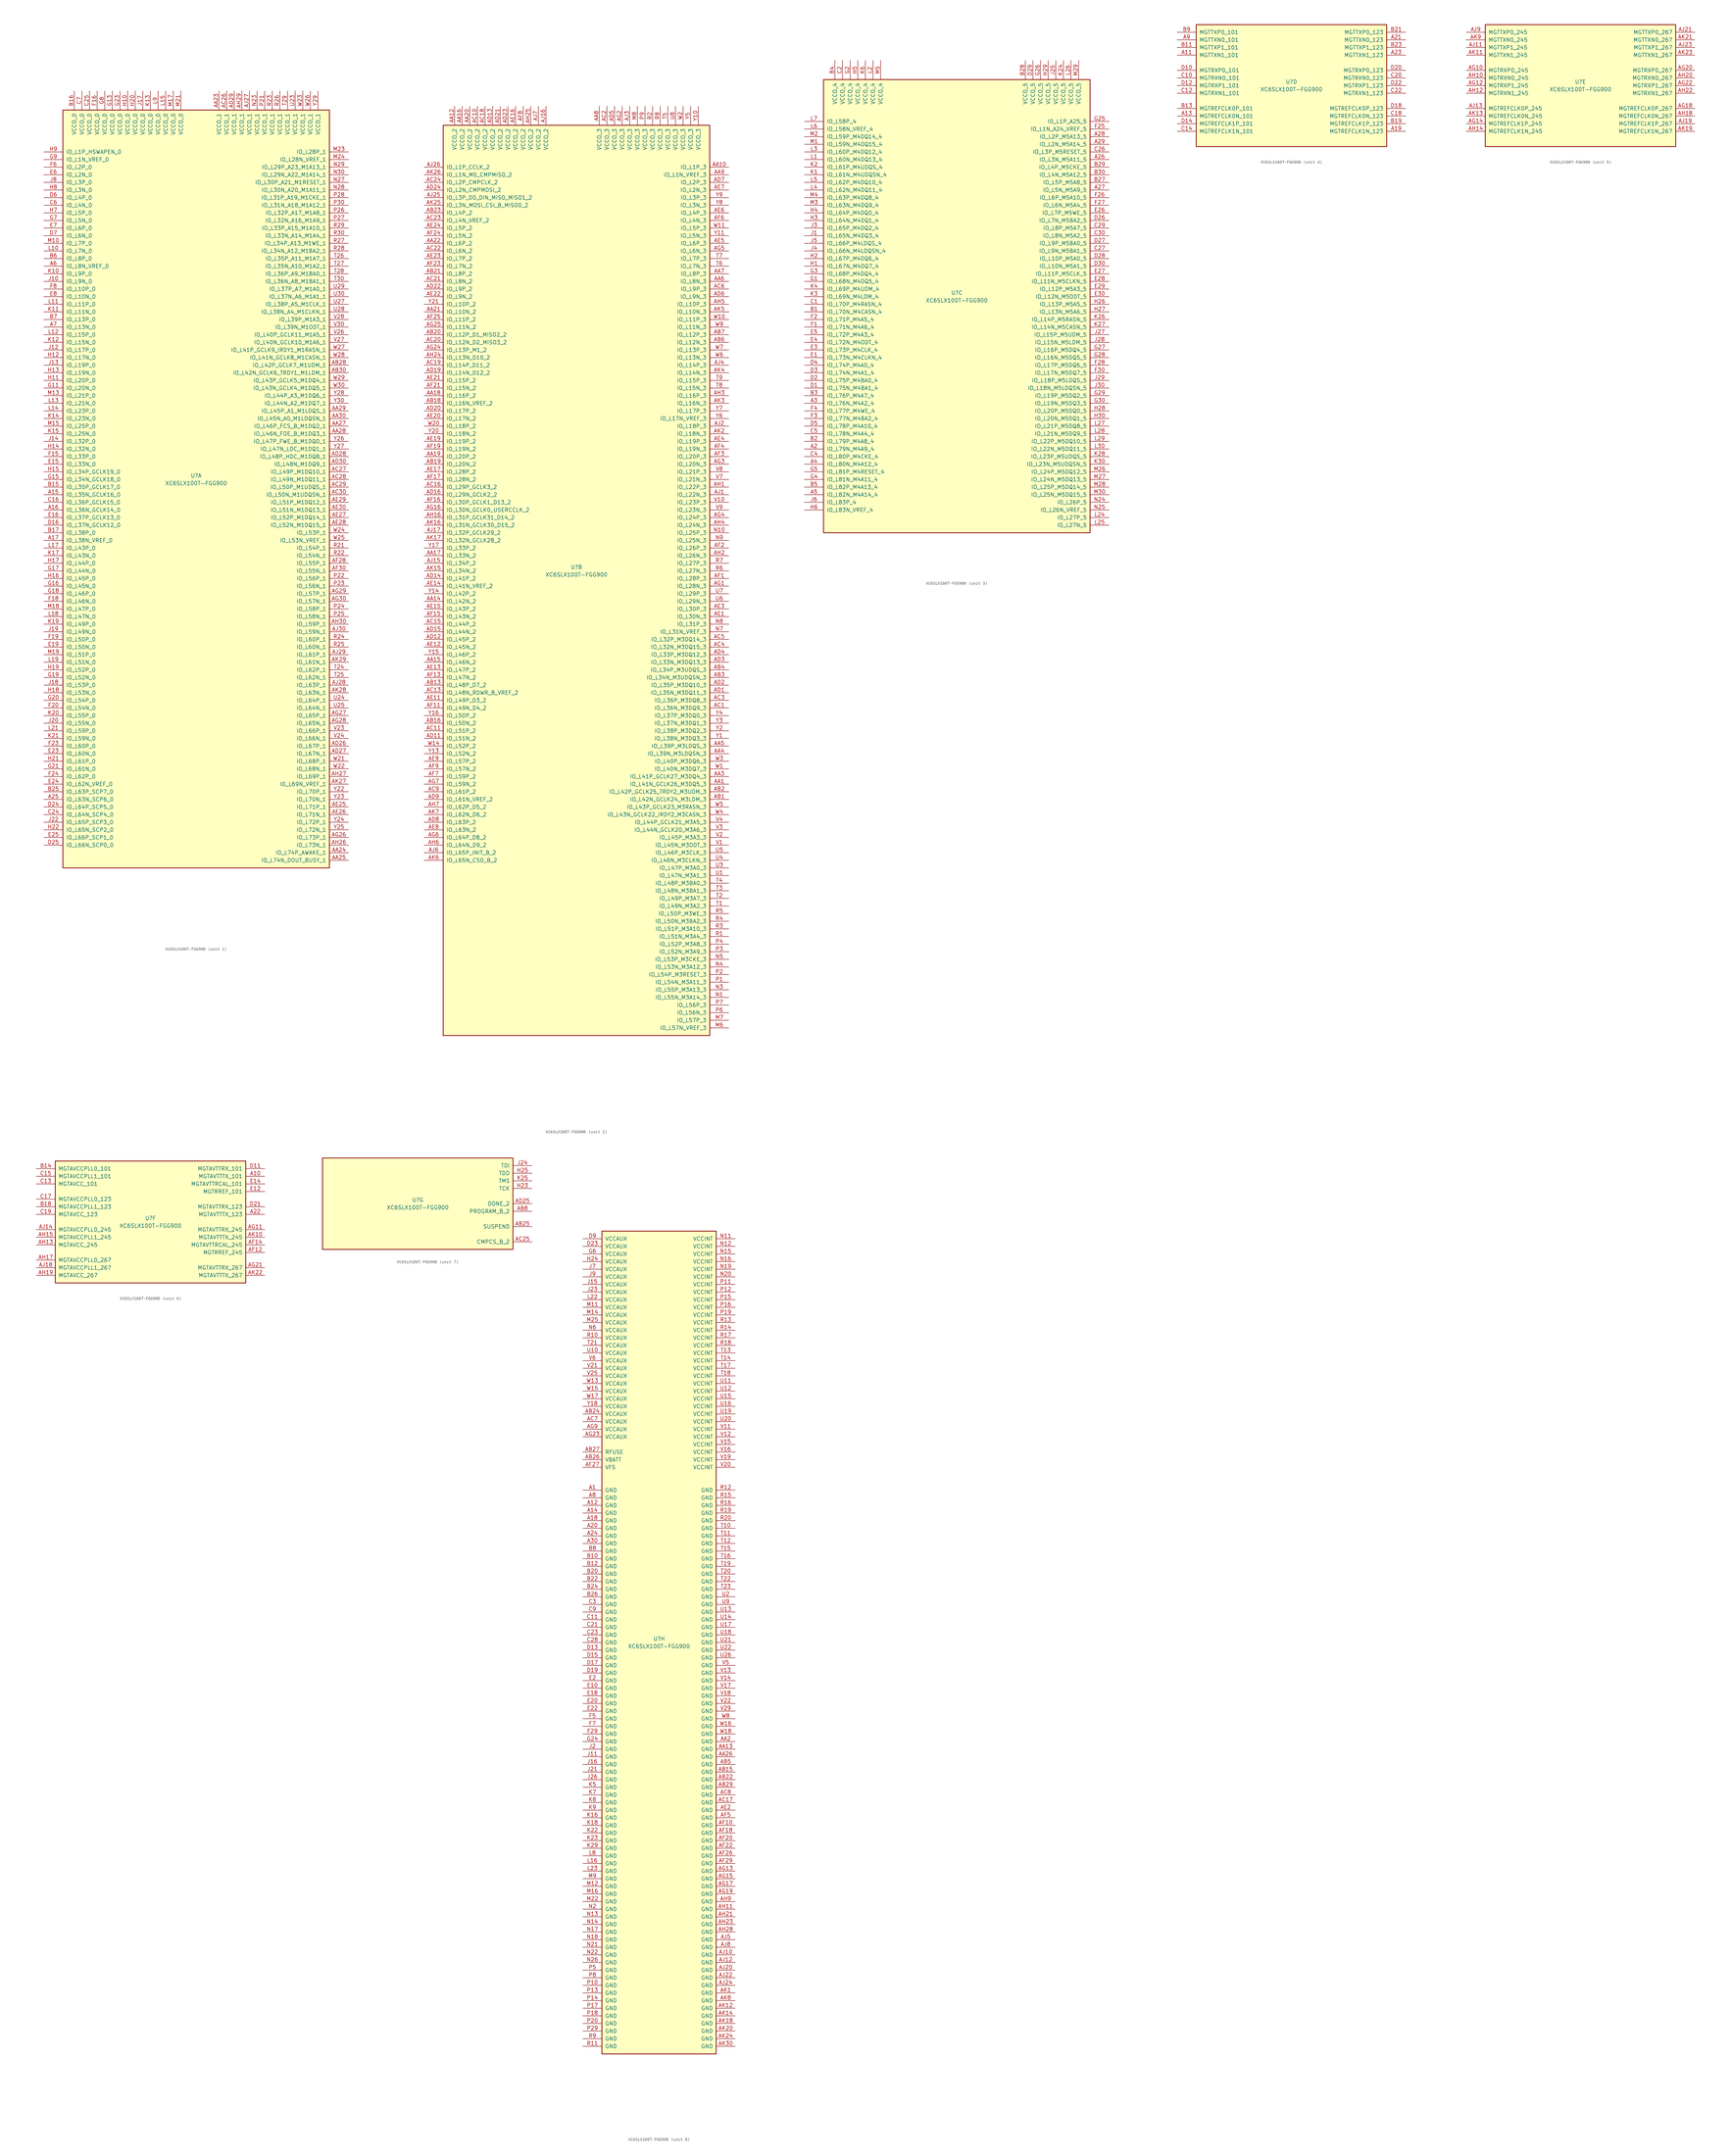
<source format=kicad_sym>
(kicad_symbol_lib
  (version 20220914)
  (generator kicad_symbol_editor)
  (symbol "XC6SLX100T-FGG900"
    (pin_names
      (offset 1.016))
    (property "Reference" "U"
      (at 0 1.27 0)
      (effects (font (size 1.27 1.27))))
    (property "Value" "XC6SLX100T-FGG900"
      (at 0 -1.27 0)
      (effects (font (size 1.27 1.27))))
    (property "Datasheet" ""
      (at 0 0 0)
      (effects (font (size 1.27 1.27))))
    (property "ki_locked" ""
      (at 0 0 0)
      (effects (font (size 1.27 1.27))))
    (symbol "XC6SLX100T-FGG900_1_1"
      (rectangle (start -44.45 123.19) (end 44.45 -129.54) (stroke (width 0.254) (type default)) (fill (type background)))
      (pin bidirectional line (at -50.8 -5.08 0) (length 6.35) (name "IO_L35N_GCLK16_0" (effects (font (size 1.27 1.27)))) (number "A15" (effects (font (size 1.27 1.27)))))
      (pin bidirectional line (at -50.8 -10.16 0) (length 6.35) (name "IO_L36N_GCLK14_0" (effects (font (size 1.27 1.27)))) (number "A16" (effects (font (size 1.27 1.27)))))
      (pin bidirectional line (at -50.8 -20.32 0) (length 6.35) (name "IO_L38N_VREF_0" (effects (font (size 1.27 1.27)))) (number "A17" (effects (font (size 1.27 1.27)))))
      (pin bidirectional line (at -50.8 -106.68 0) (length 6.35) (name "IO_L63N_SCP6_0" (effects (font (size 1.27 1.27)))) (number "A25" (effects (font (size 1.27 1.27)))))
      (pin bidirectional line (at -50.8 71.12 0) (length 6.35) (name "IO_L8N_VREF_0" (effects (font (size 1.27 1.27)))) (number "A6" (effects (font (size 1.27 1.27)))))
      (pin bidirectional line (at -50.8 50.8 0) (length 6.35) (name "IO_L13N_0" (effects (font (size 1.27 1.27)))) (number "A7" (effects (font (size 1.27 1.27)))))
      (pin power_in line (at 7.62 129.54 270) (length 6.35) (name "VCCO_1" (effects (font (size 1.27 1.27)))) (number "AA23" (effects (font (size 1.27 1.27)))))
      (pin bidirectional line (at 50.8 -124.46 180) (length 6.35) (name "IO_L74P_AWAKE_1" (effects (font (size 1.27 1.27)))) (number "AA24" (effects (font (size 1.27 1.27)))))
      (pin bidirectional line (at 50.8 -127 180) (length 6.35) (name "IO_L74N_DOUT_BUSY_1" (effects (font (size 1.27 1.27)))) (number "AA25" (effects (font (size 1.27 1.27)))))
      (pin bidirectional line (at 50.8 17.78 180) (length 6.35) (name "IO_L46P_FCS_B_M1DQ2_1" (effects (font (size 1.27 1.27)))) (number "AA27" (effects (font (size 1.27 1.27)))))
      (pin bidirectional line (at 50.8 15.24 180) (length 6.35) (name "IO_L46N_FOE_B_M1DQ3_1" (effects (font (size 1.27 1.27)))) (number "AA28" (effects (font (size 1.27 1.27)))))
      (pin bidirectional line (at 50.8 22.86 180) (length 6.35) (name "IO_L45P_A1_M1LDQS_1" (effects (font (size 1.27 1.27)))) (number "AA29" (effects (font (size 1.27 1.27)))))
      (pin bidirectional line (at 50.8 20.32 180) (length 6.35) (name "IO_L45N_A0_M1LDQSN_1" (effects (font (size 1.27 1.27)))) (number "AA30" (effects (font (size 1.27 1.27)))))
      (pin bidirectional line (at 50.8 38.1 180) (length 6.35) (name "IO_L42P_GCLK7_M1UDM_1" (effects (font (size 1.27 1.27)))) (number "AB28" (effects (font (size 1.27 1.27)))))
      (pin bidirectional line (at 50.8 35.56 180) (length 6.35) (name "IO_L42N_GCLK6_TRDY1_M1LDM_1" (effects (font (size 1.27 1.27)))) (number "AB30" (effects (font (size 1.27 1.27)))))
      (pin power_in line (at 10.16 129.54 270) (length 6.35) (name "VCCO_1" (effects (font (size 1.27 1.27)))) (number "AC26" (effects (font (size 1.27 1.27)))))
      (pin bidirectional line (at 50.8 2.54 180) (length 6.35) (name "IO_L49P_M1DQ10_1" (effects (font (size 1.27 1.27)))) (number "AC27" (effects (font (size 1.27 1.27)))))
      (pin bidirectional line (at 50.8 0 180) (length 6.35) (name "IO_L49N_M1DQ11_1" (effects (font (size 1.27 1.27)))) (number "AC28" (effects (font (size 1.27 1.27)))))
      (pin bidirectional line (at 50.8 -2.54 180) (length 6.35) (name "IO_L50P_M1UDQS_1" (effects (font (size 1.27 1.27)))) (number "AC29" (effects (font (size 1.27 1.27)))))
      (pin bidirectional line (at 50.8 -5.08 180) (length 6.35) (name "IO_L50N_M1UDQSN_1" (effects (font (size 1.27 1.27)))) (number "AC30" (effects (font (size 1.27 1.27)))))
      (pin bidirectional line (at 50.8 -88.9 180) (length 6.35) (name "IO_L67P_1" (effects (font (size 1.27 1.27)))) (number "AD26" (effects (font (size 1.27 1.27)))))
      (pin bidirectional line (at 50.8 -91.44 180) (length 6.35) (name "IO_L67N_1" (effects (font (size 1.27 1.27)))) (number "AD27" (effects (font (size 1.27 1.27)))))
      (pin bidirectional line (at 50.8 7.62 180) (length 6.35) (name "IO_L48P_HDC_M1DQ8_1" (effects (font (size 1.27 1.27)))) (number "AD28" (effects (font (size 1.27 1.27)))))
      (pin power_in line (at 12.7 129.54 270) (length 6.35) (name "VCCO_1" (effects (font (size 1.27 1.27)))) (number "AD29" (effects (font (size 1.27 1.27)))))
      (pin bidirectional line (at 50.8 5.08 180) (length 6.35) (name "IO_L48N_M1DQ9_1" (effects (font (size 1.27 1.27)))) (number "AD30" (effects (font (size 1.27 1.27)))))
      (pin bidirectional line (at 50.8 -109.22 180) (length 6.35) (name "IO_L71P_1" (effects (font (size 1.27 1.27)))) (number "AE25" (effects (font (size 1.27 1.27)))))
      (pin bidirectional line (at 50.8 -111.76 180) (length 6.35) (name "IO_L71N_1" (effects (font (size 1.27 1.27)))) (number "AE26" (effects (font (size 1.27 1.27)))))
      (pin bidirectional line (at 50.8 -12.7 180) (length 6.35) (name "IO_L52P_M1DQ14_1" (effects (font (size 1.27 1.27)))) (number "AE27" (effects (font (size 1.27 1.27)))))
      (pin bidirectional line (at 50.8 -15.24 180) (length 6.35) (name "IO_L52N_M1DQ15_1" (effects (font (size 1.27 1.27)))) (number "AE28" (effects (font (size 1.27 1.27)))))
      (pin bidirectional line (at 50.8 -7.62 180) (length 6.35) (name "IO_L51P_M1DQ12_1" (effects (font (size 1.27 1.27)))) (number "AE29" (effects (font (size 1.27 1.27)))))
      (pin bidirectional line (at 50.8 -10.16 180) (length 6.35) (name "IO_L51N_M1DQ13_1" (effects (font (size 1.27 1.27)))) (number "AE30" (effects (font (size 1.27 1.27)))))
      (pin bidirectional line (at 50.8 -27.94 180) (length 6.35) (name "IO_L55P_1" (effects (font (size 1.27 1.27)))) (number "AF28" (effects (font (size 1.27 1.27)))))
      (pin bidirectional line (at 50.8 -30.48 180) (length 6.35) (name "IO_L55N_1" (effects (font (size 1.27 1.27)))) (number "AF30" (effects (font (size 1.27 1.27)))))
      (pin bidirectional line (at 50.8 -119.38 180) (length 6.35) (name "IO_L73P_1" (effects (font (size 1.27 1.27)))) (number "AG26" (effects (font (size 1.27 1.27)))))
      (pin bidirectional line (at 50.8 -78.74 180) (length 6.35) (name "IO_L65P_1" (effects (font (size 1.27 1.27)))) (number "AG27" (effects (font (size 1.27 1.27)))))
      (pin bidirectional line (at 50.8 -81.28 180) (length 6.35) (name "IO_L65N_1" (effects (font (size 1.27 1.27)))) (number "AG28" (effects (font (size 1.27 1.27)))))
      (pin bidirectional line (at 50.8 -38.1 180) (length 6.35) (name "IO_L57P_1" (effects (font (size 1.27 1.27)))) (number "AG29" (effects (font (size 1.27 1.27)))))
      (pin bidirectional line (at 50.8 -40.64 180) (length 6.35) (name "IO_L57N_1" (effects (font (size 1.27 1.27)))) (number "AG30" (effects (font (size 1.27 1.27)))))
      (pin bidirectional line (at 50.8 -121.92 180) (length 6.35) (name "IO_L73N_1" (effects (font (size 1.27 1.27)))) (number "AH26" (effects (font (size 1.27 1.27)))))
      (pin bidirectional line (at 50.8 -99.06 180) (length 6.35) (name "IO_L69P_1" (effects (font (size 1.27 1.27)))) (number "AH27" (effects (font (size 1.27 1.27)))))
      (pin power_in line (at 15.24 129.54 270) (length 6.35) (name "VCCO_1" (effects (font (size 1.27 1.27)))) (number "AH29" (effects (font (size 1.27 1.27)))))
      (pin bidirectional line (at 50.8 -48.26 180) (length 6.35) (name "IO_L59P_1" (effects (font (size 1.27 1.27)))) (number "AH30" (effects (font (size 1.27 1.27)))))
      (pin power_in line (at 17.78 129.54 270) (length 6.35) (name "VCCO_1" (effects (font (size 1.27 1.27)))) (number "AJ27" (effects (font (size 1.27 1.27)))))
      (pin bidirectional line (at 50.8 -68.58 180) (length 6.35) (name "IO_L63P_1" (effects (font (size 1.27 1.27)))) (number "AJ28" (effects (font (size 1.27 1.27)))))
      (pin bidirectional line (at 50.8 -58.42 180) (length 6.35) (name "IO_L61P_1" (effects (font (size 1.27 1.27)))) (number "AJ29" (effects (font (size 1.27 1.27)))))
      (pin bidirectional line (at 50.8 -50.8 180) (length 6.35) (name "IO_L59N_1" (effects (font (size 1.27 1.27)))) (number "AJ30" (effects (font (size 1.27 1.27)))))
      (pin bidirectional line (at 50.8 -101.6 180) (length 6.35) (name "IO_L69N_VREF_1" (effects (font (size 1.27 1.27)))) (number "AK27" (effects (font (size 1.27 1.27)))))
      (pin bidirectional line (at 50.8 -71.12 180) (length 6.35) (name "IO_L63N_1" (effects (font (size 1.27 1.27)))) (number "AK28" (effects (font (size 1.27 1.27)))))
      (pin bidirectional line (at 50.8 -60.96 180) (length 6.35) (name "IO_L61N_1" (effects (font (size 1.27 1.27)))) (number "AK29" (effects (font (size 1.27 1.27)))))
      (pin bidirectional line (at -50.8 -2.54 0) (length 6.35) (name "IO_L35P_GCLK17_0" (effects (font (size 1.27 1.27)))) (number "B15" (effects (font (size 1.27 1.27)))))
      (pin power_in line (at -40.64 129.54 270) (length 6.35) (name "VCCO_0" (effects (font (size 1.27 1.27)))) (number "B16" (effects (font (size 1.27 1.27)))))
      (pin bidirectional line (at -50.8 -17.78 0) (length 6.35) (name "IO_L38P_0" (effects (font (size 1.27 1.27)))) (number "B17" (effects (font (size 1.27 1.27)))))
      (pin bidirectional line (at -50.8 -104.14 0) (length 6.35) (name "IO_L63P_SCP7_0" (effects (font (size 1.27 1.27)))) (number "B25" (effects (font (size 1.27 1.27)))))
      (pin bidirectional line (at -50.8 73.66 0) (length 6.35) (name "IO_L8P_0" (effects (font (size 1.27 1.27)))) (number "B6" (effects (font (size 1.27 1.27)))))
      (pin bidirectional line (at -50.8 53.34 0) (length 6.35) (name "IO_L13P_0" (effects (font (size 1.27 1.27)))) (number "B7" (effects (font (size 1.27 1.27)))))
      (pin bidirectional line (at -50.8 -7.62 0) (length 6.35) (name "IO_L36P_GCLK15_0" (effects (font (size 1.27 1.27)))) (number "C16" (effects (font (size 1.27 1.27)))))
      (pin bidirectional line (at -50.8 -111.76 0) (length 6.35) (name "IO_L64N_SCP4_0" (effects (font (size 1.27 1.27)))) (number "C24" (effects (font (size 1.27 1.27)))))
      (pin power_in line (at -35.56 129.54 270) (length 6.35) (name "VCCO_0" (effects (font (size 1.27 1.27)))) (number "C25" (effects (font (size 1.27 1.27)))))
      (pin bidirectional line (at -50.8 91.44 0) (length 6.35) (name "IO_L4N_0" (effects (font (size 1.27 1.27)))) (number "C6" (effects (font (size 1.27 1.27)))))
      (pin power_in line (at -38.1 129.54 270) (length 6.35) (name "VCCO_0" (effects (font (size 1.27 1.27)))) (number "C7" (effects (font (size 1.27 1.27)))))
      (pin bidirectional line (at -50.8 -15.24 0) (length 6.35) (name "IO_L37N_GCLK12_0" (effects (font (size 1.27 1.27)))) (number "D16" (effects (font (size 1.27 1.27)))))
      (pin bidirectional line (at -50.8 -109.22 0) (length 6.35) (name "IO_L64P_SCP5_0" (effects (font (size 1.27 1.27)))) (number "D24" (effects (font (size 1.27 1.27)))))
      (pin bidirectional line (at -50.8 -121.92 0) (length 6.35) (name "IO_L66N_SCP0_0" (effects (font (size 1.27 1.27)))) (number "D25" (effects (font (size 1.27 1.27)))))
      (pin bidirectional line (at -50.8 93.98 0) (length 6.35) (name "IO_L4P_0" (effects (font (size 1.27 1.27)))) (number "D6" (effects (font (size 1.27 1.27)))))
      (pin bidirectional line (at -50.8 81.28 0) (length 6.35) (name "IO_L6N_0" (effects (font (size 1.27 1.27)))) (number "D7" (effects (font (size 1.27 1.27)))))
      (pin bidirectional line (at -50.8 5.08 0) (length 6.35) (name "IO_L33N_0" (effects (font (size 1.27 1.27)))) (number "E15" (effects (font (size 1.27 1.27)))))
      (pin bidirectional line (at -50.8 -12.7 0) (length 6.35) (name "IO_L37P_GCLK13_0" (effects (font (size 1.27 1.27)))) (number "E16" (effects (font (size 1.27 1.27)))))
      (pin bidirectional line (at -50.8 -55.88 0) (length 6.35) (name "IO_L50N_0" (effects (font (size 1.27 1.27)))) (number "E19" (effects (font (size 1.27 1.27)))))
      (pin bidirectional line (at -50.8 -91.44 0) (length 6.35) (name "IO_L60N_0" (effects (font (size 1.27 1.27)))) (number "E23" (effects (font (size 1.27 1.27)))))
      (pin bidirectional line (at -50.8 -101.6 0) (length 6.35) (name "IO_L62N_VREF_0" (effects (font (size 1.27 1.27)))) (number "E24" (effects (font (size 1.27 1.27)))))
      (pin bidirectional line (at -50.8 -119.38 0) (length 6.35) (name "IO_L66P_SCP1_0" (effects (font (size 1.27 1.27)))) (number "E25" (effects (font (size 1.27 1.27)))))
      (pin bidirectional line (at -50.8 101.6 0) (length 6.35) (name "IO_L2N_0" (effects (font (size 1.27 1.27)))) (number "E6" (effects (font (size 1.27 1.27)))))
      (pin bidirectional line (at -50.8 83.82 0) (length 6.35) (name "IO_L6P_0" (effects (font (size 1.27 1.27)))) (number "E7" (effects (font (size 1.27 1.27)))))
      (pin bidirectional line (at -50.8 60.96 0) (length 6.35) (name "IO_L10N_0" (effects (font (size 1.27 1.27)))) (number "E8" (effects (font (size 1.27 1.27)))))
      (pin bidirectional line (at -50.8 7.62 0) (length 6.35) (name "IO_L33P_0" (effects (font (size 1.27 1.27)))) (number "F15" (effects (font (size 1.27 1.27)))))
      (pin power_in line (at -33.02 129.54 270) (length 6.35) (name "VCCO_0" (effects (font (size 1.27 1.27)))) (number "F16" (effects (font (size 1.27 1.27)))))
      (pin bidirectional line (at -50.8 -40.64 0) (length 6.35) (name "IO_L46N_0" (effects (font (size 1.27 1.27)))) (number "F18" (effects (font (size 1.27 1.27)))))
      (pin bidirectional line (at -50.8 -53.34 0) (length 6.35) (name "IO_L50P_0" (effects (font (size 1.27 1.27)))) (number "F19" (effects (font (size 1.27 1.27)))))
      (pin bidirectional line (at -50.8 -76.2 0) (length 6.35) (name "IO_L54N_0" (effects (font (size 1.27 1.27)))) (number "F20" (effects (font (size 1.27 1.27)))))
      (pin bidirectional line (at -50.8 -88.9 0) (length 6.35) (name "IO_L60P_0" (effects (font (size 1.27 1.27)))) (number "F23" (effects (font (size 1.27 1.27)))))
      (pin bidirectional line (at -50.8 -99.06 0) (length 6.35) (name "IO_L62P_0" (effects (font (size 1.27 1.27)))) (number "F24" (effects (font (size 1.27 1.27)))))
      (pin bidirectional line (at -50.8 104.14 0) (length 6.35) (name "IO_L2P_0" (effects (font (size 1.27 1.27)))) (number "F6" (effects (font (size 1.27 1.27)))))
      (pin bidirectional line (at -50.8 63.5 0) (length 6.35) (name "IO_L10P_0" (effects (font (size 1.27 1.27)))) (number "F8" (effects (font (size 1.27 1.27)))))
      (pin bidirectional line (at -50.8 30.48 0) (length 6.35) (name "IO_L20N_0" (effects (font (size 1.27 1.27)))) (number "G11" (effects (font (size 1.27 1.27)))))
      (pin power_in line (at -27.94 129.54 270) (length 6.35) (name "VCCO_0" (effects (font (size 1.27 1.27)))) (number "G13" (effects (font (size 1.27 1.27)))))
      (pin bidirectional line (at -50.8 0 0) (length 6.35) (name "IO_L34N_GCLK18_0" (effects (font (size 1.27 1.27)))) (number "G15" (effects (font (size 1.27 1.27)))))
      (pin bidirectional line (at -50.8 -35.56 0) (length 6.35) (name "IO_L45N_0" (effects (font (size 1.27 1.27)))) (number "G16" (effects (font (size 1.27 1.27)))))
      (pin bidirectional line (at -50.8 -30.48 0) (length 6.35) (name "IO_L44N_0" (effects (font (size 1.27 1.27)))) (number "G17" (effects (font (size 1.27 1.27)))))
      (pin bidirectional line (at -50.8 -38.1 0) (length 6.35) (name "IO_L46P_0" (effects (font (size 1.27 1.27)))) (number "G18" (effects (font (size 1.27 1.27)))))
      (pin bidirectional line (at -50.8 -66.04 0) (length 6.35) (name "IO_L52N_0" (effects (font (size 1.27 1.27)))) (number "G19" (effects (font (size 1.27 1.27)))))
      (pin bidirectional line (at -50.8 -73.66 0) (length 6.35) (name "IO_L54P_0" (effects (font (size 1.27 1.27)))) (number "G20" (effects (font (size 1.27 1.27)))))
      (pin bidirectional line (at -50.8 -96.52 0) (length 6.35) (name "IO_L61N_0" (effects (font (size 1.27 1.27)))) (number "G21" (effects (font (size 1.27 1.27)))))
      (pin power_in line (at -25.4 129.54 270) (length 6.35) (name "VCCO_0" (effects (font (size 1.27 1.27)))) (number "G23" (effects (font (size 1.27 1.27)))))
      (pin bidirectional line (at -50.8 86.36 0) (length 6.35) (name "IO_L5N_0" (effects (font (size 1.27 1.27)))) (number "G7" (effects (font (size 1.27 1.27)))))
      (pin power_in line (at -30.48 129.54 270) (length 6.35) (name "VCCO_0" (effects (font (size 1.27 1.27)))) (number "G8" (effects (font (size 1.27 1.27)))))
      (pin bidirectional line (at -50.8 106.68 0) (length 6.35) (name "IO_L1N_VREF_0" (effects (font (size 1.27 1.27)))) (number "G9" (effects (font (size 1.27 1.27)))))
      (pin power_in line (at -22.86 129.54 270) (length 6.35) (name "VCCO_0" (effects (font (size 1.27 1.27)))) (number "H10" (effects (font (size 1.27 1.27)))))
      (pin bidirectional line (at -50.8 33.02 0) (length 6.35) (name "IO_L20P_0" (effects (font (size 1.27 1.27)))) (number "H11" (effects (font (size 1.27 1.27)))))
      (pin bidirectional line (at -50.8 40.64 0) (length 6.35) (name "IO_L17N_0" (effects (font (size 1.27 1.27)))) (number "H12" (effects (font (size 1.27 1.27)))))
      (pin bidirectional line (at -50.8 35.56 0) (length 6.35) (name "IO_L19N_0" (effects (font (size 1.27 1.27)))) (number "H13" (effects (font (size 1.27 1.27)))))
      (pin bidirectional line (at -50.8 10.16 0) (length 6.35) (name "IO_L32N_0" (effects (font (size 1.27 1.27)))) (number "H14" (effects (font (size 1.27 1.27)))))
      (pin bidirectional line (at -50.8 2.54 0) (length 6.35) (name "IO_L34P_GCLK19_0" (effects (font (size 1.27 1.27)))) (number "H15" (effects (font (size 1.27 1.27)))))
      (pin bidirectional line (at -50.8 -33.02 0) (length 6.35) (name "IO_L45P_0" (effects (font (size 1.27 1.27)))) (number "H16" (effects (font (size 1.27 1.27)))))
      (pin bidirectional line (at -50.8 -27.94 0) (length 6.35) (name "IO_L44P_0" (effects (font (size 1.27 1.27)))) (number "H17" (effects (font (size 1.27 1.27)))))
      (pin bidirectional line (at -50.8 -71.12 0) (length 6.35) (name "IO_L53N_0" (effects (font (size 1.27 1.27)))) (number "H18" (effects (font (size 1.27 1.27)))))
      (pin bidirectional line (at -50.8 -63.5 0) (length 6.35) (name "IO_L52P_0" (effects (font (size 1.27 1.27)))) (number "H19" (effects (font (size 1.27 1.27)))))
      (pin power_in line (at -20.32 129.54 270) (length 6.35) (name "VCCO_0" (effects (font (size 1.27 1.27)))) (number "H20" (effects (font (size 1.27 1.27)))))
      (pin bidirectional line (at -50.8 -93.98 0) (length 6.35) (name "IO_L61P_0" (effects (font (size 1.27 1.27)))) (number "H21" (effects (font (size 1.27 1.27)))))
      (pin bidirectional line (at -50.8 -116.84 0) (length 6.35) (name "IO_L65N_SCP2_0" (effects (font (size 1.27 1.27)))) (number "H22" (effects (font (size 1.27 1.27)))))
      (pin bidirectional line (at -50.8 88.9 0) (length 6.35) (name "IO_L5P_0" (effects (font (size 1.27 1.27)))) (number "H7" (effects (font (size 1.27 1.27)))))
      (pin bidirectional line (at -50.8 96.52 0) (length 6.35) (name "IO_L3N_0" (effects (font (size 1.27 1.27)))) (number "H8" (effects (font (size 1.27 1.27)))))
      (pin bidirectional line (at -50.8 109.22 0) (length 6.35) (name "IO_L1P_HSWAPEN_0" (effects (font (size 1.27 1.27)))) (number "H9" (effects (font (size 1.27 1.27)))))
      (pin bidirectional line (at -50.8 66.04 0) (length 6.35) (name "IO_L9N_0" (effects (font (size 1.27 1.27)))) (number "J10" (effects (font (size 1.27 1.27)))))
      (pin bidirectional line (at -50.8 43.18 0) (length 6.35) (name "IO_L17P_0" (effects (font (size 1.27 1.27)))) (number "J12" (effects (font (size 1.27 1.27)))))
      (pin bidirectional line (at -50.8 38.1 0) (length 6.35) (name "IO_L19P_0" (effects (font (size 1.27 1.27)))) (number "J13" (effects (font (size 1.27 1.27)))))
      (pin bidirectional line (at -50.8 12.7 0) (length 6.35) (name "IO_L32P_0" (effects (font (size 1.27 1.27)))) (number "J14" (effects (font (size 1.27 1.27)))))
      (pin power_in line (at -17.78 129.54 270) (length 6.35) (name "VCCO_0" (effects (font (size 1.27 1.27)))) (number "J17" (effects (font (size 1.27 1.27)))))
      (pin bidirectional line (at -50.8 -68.58 0) (length 6.35) (name "IO_L53P_0" (effects (font (size 1.27 1.27)))) (number "J18" (effects (font (size 1.27 1.27)))))
      (pin bidirectional line (at -50.8 -50.8 0) (length 6.35) (name "IO_L49N_0" (effects (font (size 1.27 1.27)))) (number "J19" (effects (font (size 1.27 1.27)))))
      (pin bidirectional line (at -50.8 -81.28 0) (length 6.35) (name "IO_L55N_0" (effects (font (size 1.27 1.27)))) (number "J20" (effects (font (size 1.27 1.27)))))
      (pin bidirectional line (at -50.8 -114.3 0) (length 6.35) (name "IO_L65P_SCP3_0" (effects (font (size 1.27 1.27)))) (number "J22" (effects (font (size 1.27 1.27)))))
      (pin bidirectional line (at -50.8 99.06 0) (length 6.35) (name "IO_L3P_0" (effects (font (size 1.27 1.27)))) (number "J8" (effects (font (size 1.27 1.27)))))
      (pin bidirectional line (at -50.8 68.58 0) (length 6.35) (name "IO_L9P_0" (effects (font (size 1.27 1.27)))) (number "K10" (effects (font (size 1.27 1.27)))))
      (pin bidirectional line (at -50.8 55.88 0) (length 6.35) (name "IO_L11N_0" (effects (font (size 1.27 1.27)))) (number "K11" (effects (font (size 1.27 1.27)))))
      (pin bidirectional line (at -50.8 45.72 0) (length 6.35) (name "IO_L15N_0" (effects (font (size 1.27 1.27)))) (number "K12" (effects (font (size 1.27 1.27)))))
      (pin power_in line (at -15.24 129.54 270) (length 6.35) (name "VCCO_0" (effects (font (size 1.27 1.27)))) (number "K13" (effects (font (size 1.27 1.27)))))
      (pin bidirectional line (at -50.8 20.32 0) (length 6.35) (name "IO_L23N_0" (effects (font (size 1.27 1.27)))) (number "K14" (effects (font (size 1.27 1.27)))))
      (pin bidirectional line (at -50.8 15.24 0) (length 6.35) (name "IO_L25N_0" (effects (font (size 1.27 1.27)))) (number "K15" (effects (font (size 1.27 1.27)))))
      (pin bidirectional line (at -50.8 -25.4 0) (length 6.35) (name "IO_L43N_0" (effects (font (size 1.27 1.27)))) (number "K17" (effects (font (size 1.27 1.27)))))
      (pin bidirectional line (at -50.8 -48.26 0) (length 6.35) (name "IO_L49P_0" (effects (font (size 1.27 1.27)))) (number "K19" (effects (font (size 1.27 1.27)))))
      (pin bidirectional line (at -50.8 -78.74 0) (length 6.35) (name "IO_L55P_0" (effects (font (size 1.27 1.27)))) (number "K20" (effects (font (size 1.27 1.27)))))
      (pin bidirectional line (at -50.8 -86.36 0) (length 6.35) (name "IO_L59N_0" (effects (font (size 1.27 1.27)))) (number "K21" (effects (font (size 1.27 1.27)))))
      (pin bidirectional line (at -50.8 76.2 0) (length 6.35) (name "IO_L7N_0" (effects (font (size 1.27 1.27)))) (number "L10" (effects (font (size 1.27 1.27)))))
      (pin bidirectional line (at -50.8 58.42 0) (length 6.35) (name "IO_L11P_0" (effects (font (size 1.27 1.27)))) (number "L11" (effects (font (size 1.27 1.27)))))
      (pin bidirectional line (at -50.8 48.26 0) (length 6.35) (name "IO_L15P_0" (effects (font (size 1.27 1.27)))) (number "L12" (effects (font (size 1.27 1.27)))))
      (pin bidirectional line (at -50.8 25.4 0) (length 6.35) (name "IO_L21N_0" (effects (font (size 1.27 1.27)))) (number "L13" (effects (font (size 1.27 1.27)))))
      (pin bidirectional line (at -50.8 22.86 0) (length 6.35) (name "IO_L23P_0" (effects (font (size 1.27 1.27)))) (number "L14" (effects (font (size 1.27 1.27)))))
      (pin power_in line (at -10.16 129.54 270) (length 6.35) (name "VCCO_0" (effects (font (size 1.27 1.27)))) (number "L15" (effects (font (size 1.27 1.27)))))
      (pin bidirectional line (at -50.8 -22.86 0) (length 6.35) (name "IO_L43P_0" (effects (font (size 1.27 1.27)))) (number "L17" (effects (font (size 1.27 1.27)))))
      (pin bidirectional line (at -50.8 -45.72 0) (length 6.35) (name "IO_L47N_0" (effects (font (size 1.27 1.27)))) (number "L18" (effects (font (size 1.27 1.27)))))
      (pin bidirectional line (at -50.8 -60.96 0) (length 6.35) (name "IO_L51N_0" (effects (font (size 1.27 1.27)))) (number "L19" (effects (font (size 1.27 1.27)))))
      (pin bidirectional line (at -50.8 -83.82 0) (length 6.35) (name "IO_L59P_0" (effects (font (size 1.27 1.27)))) (number "L21" (effects (font (size 1.27 1.27)))))
      (pin power_in line (at -12.7 129.54 270) (length 6.35) (name "VCCO_0" (effects (font (size 1.27 1.27)))) (number "L9" (effects (font (size 1.27 1.27)))))
      (pin bidirectional line (at -50.8 78.74 0) (length 6.35) (name "IO_L7P_0" (effects (font (size 1.27 1.27)))) (number "M10" (effects (font (size 1.27 1.27)))))
      (pin bidirectional line (at -50.8 27.94 0) (length 6.35) (name "IO_L21P_0" (effects (font (size 1.27 1.27)))) (number "M13" (effects (font (size 1.27 1.27)))))
      (pin bidirectional line (at -50.8 17.78 0) (length 6.35) (name "IO_L25P_0" (effects (font (size 1.27 1.27)))) (number "M15" (effects (font (size 1.27 1.27)))))
      (pin power_in line (at -7.62 129.54 270) (length 6.35) (name "VCCO_0" (effects (font (size 1.27 1.27)))) (number "M17" (effects (font (size 1.27 1.27)))))
      (pin bidirectional line (at -50.8 -43.18 0) (length 6.35) (name "IO_L47P_0" (effects (font (size 1.27 1.27)))) (number "M18" (effects (font (size 1.27 1.27)))))
      (pin bidirectional line (at -50.8 -58.42 0) (length 6.35) (name "IO_L51P_0" (effects (font (size 1.27 1.27)))) (number "M19" (effects (font (size 1.27 1.27)))))
      (pin power_in line (at -5.08 129.54 270) (length 6.35) (name "VCCO_0" (effects (font (size 1.27 1.27)))) (number "M21" (effects (font (size 1.27 1.27)))))
      (pin bidirectional line (at 50.8 109.22 180) (length 6.35) (name "IO_L28P_1" (effects (font (size 1.27 1.27)))) (number "M23" (effects (font (size 1.27 1.27)))))
      (pin bidirectional line (at 50.8 106.68 180) (length 6.35) (name "IO_L28N_VREF_1" (effects (font (size 1.27 1.27)))) (number "M24" (effects (font (size 1.27 1.27)))))
      (pin power_in line (at 20.32 129.54 270) (length 6.35) (name "VCCO_1" (effects (font (size 1.27 1.27)))) (number "N23" (effects (font (size 1.27 1.27)))))
      (pin bidirectional line (at 50.8 99.06 180) (length 6.35) (name "IO_L30P_A21_M1RESET_1" (effects (font (size 1.27 1.27)))) (number "N27" (effects (font (size 1.27 1.27)))))
      (pin bidirectional line (at 50.8 96.52 180) (length 6.35) (name "IO_L30N_A20_M1A11_1" (effects (font (size 1.27 1.27)))) (number "N28" (effects (font (size 1.27 1.27)))))
      (pin bidirectional line (at 50.8 104.14 180) (length 6.35) (name "IO_L29P_A23_M1A13_1" (effects (font (size 1.27 1.27)))) (number "N29" (effects (font (size 1.27 1.27)))))
      (pin bidirectional line (at 50.8 101.6 180) (length 6.35) (name "IO_L29N_A22_M1A14_1" (effects (font (size 1.27 1.27)))) (number "N30" (effects (font (size 1.27 1.27)))))
      (pin power_in line (at 22.86 129.54 270) (length 6.35) (name "VCCO_1" (effects (font (size 1.27 1.27)))) (number "P21" (effects (font (size 1.27 1.27)))))
      (pin bidirectional line (at 50.8 -33.02 180) (length 6.35) (name "IO_L56P_1" (effects (font (size 1.27 1.27)))) (number "P22" (effects (font (size 1.27 1.27)))))
      (pin bidirectional line (at 50.8 -35.56 180) (length 6.35) (name "IO_L56N_1" (effects (font (size 1.27 1.27)))) (number "P23" (effects (font (size 1.27 1.27)))))
      (pin bidirectional line (at 50.8 -43.18 180) (length 6.35) (name "IO_L58P_1" (effects (font (size 1.27 1.27)))) (number "P24" (effects (font (size 1.27 1.27)))))
      (pin bidirectional line (at 50.8 -45.72 180) (length 6.35) (name "IO_L58N_1" (effects (font (size 1.27 1.27)))) (number "P25" (effects (font (size 1.27 1.27)))))
      (pin bidirectional line (at 50.8 88.9 180) (length 6.35) (name "IO_L32P_A17_M1A8_1" (effects (font (size 1.27 1.27)))) (number "P26" (effects (font (size 1.27 1.27)))))
      (pin bidirectional line (at 50.8 86.36 180) (length 6.35) (name "IO_L32N_A16_M1A9_1" (effects (font (size 1.27 1.27)))) (number "P27" (effects (font (size 1.27 1.27)))))
      (pin bidirectional line (at 50.8 93.98 180) (length 6.35) (name "IO_L31P_A19_M1CKE_1" (effects (font (size 1.27 1.27)))) (number "P28" (effects (font (size 1.27 1.27)))))
      (pin bidirectional line (at 50.8 91.44 180) (length 6.35) (name "IO_L31N_A18_M1A12_1" (effects (font (size 1.27 1.27)))) (number "P30" (effects (font (size 1.27 1.27)))))
      (pin bidirectional line (at 50.8 -22.86 180) (length 6.35) (name "IO_L54P_1" (effects (font (size 1.27 1.27)))) (number "R21" (effects (font (size 1.27 1.27)))))
      (pin bidirectional line (at 50.8 -25.4 180) (length 6.35) (name "IO_L54N_1" (effects (font (size 1.27 1.27)))) (number "R22" (effects (font (size 1.27 1.27)))))
      (pin power_in line (at 25.4 129.54 270) (length 6.35) (name "VCCO_1" (effects (font (size 1.27 1.27)))) (number "R23" (effects (font (size 1.27 1.27)))))
      (pin bidirectional line (at 50.8 -53.34 180) (length 6.35) (name "IO_L60P_1" (effects (font (size 1.27 1.27)))) (number "R24" (effects (font (size 1.27 1.27)))))
      (pin bidirectional line (at 50.8 -55.88 180) (length 6.35) (name "IO_L60N_1" (effects (font (size 1.27 1.27)))) (number "R25" (effects (font (size 1.27 1.27)))))
      (pin power_in line (at 27.94 129.54 270) (length 6.35) (name "VCCO_1" (effects (font (size 1.27 1.27)))) (number "R26" (effects (font (size 1.27 1.27)))))
      (pin bidirectional line (at 50.8 78.74 180) (length 6.35) (name "IO_L34P_A13_M1WE_1" (effects (font (size 1.27 1.27)))) (number "R27" (effects (font (size 1.27 1.27)))))
      (pin bidirectional line (at 50.8 76.2 180) (length 6.35) (name "IO_L34N_A12_M1BA2_1" (effects (font (size 1.27 1.27)))) (number "R28" (effects (font (size 1.27 1.27)))))
      (pin bidirectional line (at 50.8 83.82 180) (length 6.35) (name "IO_L33P_A15_M1A10_1" (effects (font (size 1.27 1.27)))) (number "R29" (effects (font (size 1.27 1.27)))))
      (pin bidirectional line (at 50.8 81.28 180) (length 6.35) (name "IO_L33N_A14_M1A4_1" (effects (font (size 1.27 1.27)))) (number "R30" (effects (font (size 1.27 1.27)))))
      (pin bidirectional line (at 50.8 -63.5 180) (length 6.35) (name "IO_L62P_1" (effects (font (size 1.27 1.27)))) (number "T24" (effects (font (size 1.27 1.27)))))
      (pin bidirectional line (at 50.8 -66.04 180) (length 6.35) (name "IO_L62N_1" (effects (font (size 1.27 1.27)))) (number "T25" (effects (font (size 1.27 1.27)))))
      (pin bidirectional line (at 50.8 73.66 180) (length 6.35) (name "IO_L35P_A11_M1A7_1" (effects (font (size 1.27 1.27)))) (number "T26" (effects (font (size 1.27 1.27)))))
      (pin bidirectional line (at 50.8 71.12 180) (length 6.35) (name "IO_L35N_A10_M1A2_1" (effects (font (size 1.27 1.27)))) (number "T27" (effects (font (size 1.27 1.27)))))
      (pin bidirectional line (at 50.8 68.58 180) (length 6.35) (name "IO_L36P_A9_M1BA0_1" (effects (font (size 1.27 1.27)))) (number "T28" (effects (font (size 1.27 1.27)))))
      (pin power_in line (at 30.48 129.54 270) (length 6.35) (name "VCCO_1" (effects (font (size 1.27 1.27)))) (number "T29" (effects (font (size 1.27 1.27)))))
      (pin bidirectional line (at 50.8 66.04 180) (length 6.35) (name "IO_L36N_A8_M1BA1_1" (effects (font (size 1.27 1.27)))) (number "T30" (effects (font (size 1.27 1.27)))))
      (pin power_in line (at 33.02 129.54 270) (length 6.35) (name "VCCO_1" (effects (font (size 1.27 1.27)))) (number "U23" (effects (font (size 1.27 1.27)))))
      (pin bidirectional line (at 50.8 -73.66 180) (length 6.35) (name "IO_L64P_1" (effects (font (size 1.27 1.27)))) (number "U24" (effects (font (size 1.27 1.27)))))
      (pin bidirectional line (at 50.8 -76.2 180) (length 6.35) (name "IO_L64N_1" (effects (font (size 1.27 1.27)))) (number "U25" (effects (font (size 1.27 1.27)))))
      (pin bidirectional line (at 50.8 58.42 180) (length 6.35) (name "IO_L38P_A5_M1CLK_1" (effects (font (size 1.27 1.27)))) (number "U27" (effects (font (size 1.27 1.27)))))
      (pin bidirectional line (at 50.8 55.88 180) (length 6.35) (name "IO_L38N_A4_M1CLKN_1" (effects (font (size 1.27 1.27)))) (number "U28" (effects (font (size 1.27 1.27)))))
      (pin bidirectional line (at 50.8 63.5 180) (length 6.35) (name "IO_L37P_A7_M1A0_1" (effects (font (size 1.27 1.27)))) (number "U29" (effects (font (size 1.27 1.27)))))
      (pin bidirectional line (at 50.8 60.96 180) (length 6.35) (name "IO_L37N_A6_M1A1_1" (effects (font (size 1.27 1.27)))) (number "U30" (effects (font (size 1.27 1.27)))))
      (pin bidirectional line (at 50.8 -83.82 180) (length 6.35) (name "IO_L66P_1" (effects (font (size 1.27 1.27)))) (number "V23" (effects (font (size 1.27 1.27)))))
      (pin bidirectional line (at 50.8 -86.36 180) (length 6.35) (name "IO_L66N_1" (effects (font (size 1.27 1.27)))) (number "V24" (effects (font (size 1.27 1.27)))))
      (pin bidirectional line (at 50.8 48.26 180) (length 6.35) (name "IO_L40P_GCLK11_M1A5_1" (effects (font (size 1.27 1.27)))) (number "V26" (effects (font (size 1.27 1.27)))))
      (pin bidirectional line (at 50.8 45.72 180) (length 6.35) (name "IO_L40N_GCLK10_M1A6_1" (effects (font (size 1.27 1.27)))) (number "V27" (effects (font (size 1.27 1.27)))))
      (pin bidirectional line (at 50.8 53.34 180) (length 6.35) (name "IO_L39P_M1A3_1" (effects (font (size 1.27 1.27)))) (number "V28" (effects (font (size 1.27 1.27)))))
      (pin bidirectional line (at 50.8 50.8 180) (length 6.35) (name "IO_L39N_M1ODT_1" (effects (font (size 1.27 1.27)))) (number "V30" (effects (font (size 1.27 1.27)))))
      (pin bidirectional line (at 50.8 -93.98 180) (length 6.35) (name "IO_L68P_1" (effects (font (size 1.27 1.27)))) (number "W21" (effects (font (size 1.27 1.27)))))
      (pin bidirectional line (at 50.8 -96.52 180) (length 6.35) (name "IO_L68N_1" (effects (font (size 1.27 1.27)))) (number "W22" (effects (font (size 1.27 1.27)))))
      (pin power_in line (at 35.56 129.54 270) (length 6.35) (name "VCCO_1" (effects (font (size 1.27 1.27)))) (number "W23" (effects (font (size 1.27 1.27)))))
      (pin bidirectional line (at 50.8 -17.78 180) (length 6.35) (name "IO_L53P_1" (effects (font (size 1.27 1.27)))) (number "W24" (effects (font (size 1.27 1.27)))))
      (pin bidirectional line (at 50.8 -20.32 180) (length 6.35) (name "IO_L53N_VREF_1" (effects (font (size 1.27 1.27)))) (number "W25" (effects (font (size 1.27 1.27)))))
      (pin power_in line (at 38.1 129.54 270) (length 6.35) (name "VCCO_1" (effects (font (size 1.27 1.27)))) (number "W26" (effects (font (size 1.27 1.27)))))
      (pin bidirectional line (at 50.8 43.18 180) (length 6.35) (name "IO_L41P_GCLK9_IRDY1_M1RASN_1" (effects (font (size 1.27 1.27)))) (number "W27" (effects (font (size 1.27 1.27)))))
      (pin bidirectional line (at 50.8 40.64 180) (length 6.35) (name "IO_L41N_GCLK8_M1CASN_1" (effects (font (size 1.27 1.27)))) (number "W28" (effects (font (size 1.27 1.27)))))
      (pin bidirectional line (at 50.8 33.02 180) (length 6.35) (name "IO_L43P_GCLK5_M1DQ4_1" (effects (font (size 1.27 1.27)))) (number "W29" (effects (font (size 1.27 1.27)))))
      (pin bidirectional line (at 50.8 30.48 180) (length 6.35) (name "IO_L43N_GCLK4_M1DQ5_1" (effects (font (size 1.27 1.27)))) (number "W30" (effects (font (size 1.27 1.27)))))
      (pin bidirectional line (at 50.8 -104.14 180) (length 6.35) (name "IO_L70P_1" (effects (font (size 1.27 1.27)))) (number "Y22" (effects (font (size 1.27 1.27)))))
      (pin bidirectional line (at 50.8 -106.68 180) (length 6.35) (name "IO_L70N_1" (effects (font (size 1.27 1.27)))) (number "Y23" (effects (font (size 1.27 1.27)))))
      (pin bidirectional line (at 50.8 -114.3 180) (length 6.35) (name "IO_L72P_1" (effects (font (size 1.27 1.27)))) (number "Y24" (effects (font (size 1.27 1.27)))))
      (pin bidirectional line (at 50.8 -116.84 180) (length 6.35) (name "IO_L72N_1" (effects (font (size 1.27 1.27)))) (number "Y25" (effects (font (size 1.27 1.27)))))
      (pin bidirectional line (at 50.8 12.7 180) (length 6.35) (name "IO_L47P_FWE_B_M1DQ0_1" (effects (font (size 1.27 1.27)))) (number "Y26" (effects (font (size 1.27 1.27)))))
      (pin bidirectional line (at 50.8 10.16 180) (length 6.35) (name "IO_L47N_LDC_M1DQ1_1" (effects (font (size 1.27 1.27)))) (number "Y27" (effects (font (size 1.27 1.27)))))
      (pin bidirectional line (at 50.8 27.94 180) (length 6.35) (name "IO_L44P_A3_M1DQ6_1" (effects (font (size 1.27 1.27)))) (number "Y28" (effects (font (size 1.27 1.27)))))
      (pin power_in line (at 40.64 129.54 270) (length 6.35) (name "VCCO_1" (effects (font (size 1.27 1.27)))) (number "Y29" (effects (font (size 1.27 1.27)))))
      (pin bidirectional line (at 50.8 25.4 180) (length 6.35) (name "IO_L44N_A2_M1DQ7_1" (effects (font (size 1.27 1.27)))) (number "Y30" (effects (font (size 1.27 1.27))))))
    (symbol "XC6SLX100T-FGG900_2_1"
      (rectangle (start -44.45 148.59) (end 44.45 -154.94) (stroke (width 0.254) (type default)) (fill (type background)))
      (pin bidirectional line (at 50.8 -71.12 180) (length 6.35) (name "IO_L41N_GCLK26_M3DQ5_3" (effects (font (size 1.27 1.27)))) (number "AA1" (effects (font (size 1.27 1.27)))))
      (pin bidirectional line (at 50.8 134.62 180) (length 6.35) (name "IO_L1P_3" (effects (font (size 1.27 1.27)))) (number "AA10" (effects (font (size 1.27 1.27)))))
      (pin power_in line (at -40.64 154.94 270) (length 6.35) (name "VCCO_2" (effects (font (size 1.27 1.27)))) (number "AA12" (effects (font (size 1.27 1.27)))))
      (pin bidirectional line (at -50.8 -10.16 0) (length 6.35) (name "IO_L42N_2" (effects (font (size 1.27 1.27)))) (number "AA14" (effects (font (size 1.27 1.27)))))
      (pin bidirectional line (at -50.8 -30.48 0) (length 6.35) (name "IO_L46N_2" (effects (font (size 1.27 1.27)))) (number "AA15" (effects (font (size 1.27 1.27)))))
      (pin power_in line (at -38.1 154.94 270) (length 6.35) (name "VCCO_2" (effects (font (size 1.27 1.27)))) (number "AA16" (effects (font (size 1.27 1.27)))))
      (pin bidirectional line (at -50.8 5.08 0) (length 6.35) (name "IO_L33N_2" (effects (font (size 1.27 1.27)))) (number "AA17" (effects (font (size 1.27 1.27)))))
      (pin bidirectional line (at -50.8 58.42 0) (length 6.35) (name "IO_L16P_2" (effects (font (size 1.27 1.27)))) (number "AA18" (effects (font (size 1.27 1.27)))))
      (pin bidirectional line (at -50.8 38.1 0) (length 6.35) (name "IO_L20P_2" (effects (font (size 1.27 1.27)))) (number "AA19" (effects (font (size 1.27 1.27)))))
      (pin power_in line (at -35.56 154.94 270) (length 6.35) (name "VCCO_2" (effects (font (size 1.27 1.27)))) (number "AA20" (effects (font (size 1.27 1.27)))))
      (pin bidirectional line (at -50.8 86.36 0) (length 6.35) (name "IO_L10N_2" (effects (font (size 1.27 1.27)))) (number "AA21" (effects (font (size 1.27 1.27)))))
      (pin bidirectional line (at -50.8 109.22 0) (length 6.35) (name "IO_L6P_2" (effects (font (size 1.27 1.27)))) (number "AA22" (effects (font (size 1.27 1.27)))))
      (pin bidirectional line (at 50.8 -68.58 180) (length 6.35) (name "IO_L41P_GCLK27_M3DQ4_3" (effects (font (size 1.27 1.27)))) (number "AA3" (effects (font (size 1.27 1.27)))))
      (pin bidirectional line (at 50.8 -60.96 180) (length 6.35) (name "IO_L39N_M3LDQSN_3" (effects (font (size 1.27 1.27)))) (number "AA4" (effects (font (size 1.27 1.27)))))
      (pin bidirectional line (at 50.8 -58.42 180) (length 6.35) (name "IO_L39P_M3LDQS_3" (effects (font (size 1.27 1.27)))) (number "AA5" (effects (font (size 1.27 1.27)))))
      (pin bidirectional line (at 50.8 96.52 180) (length 6.35) (name "IO_L8N_3" (effects (font (size 1.27 1.27)))) (number "AA6" (effects (font (size 1.27 1.27)))))
      (pin bidirectional line (at 50.8 99.06 180) (length 6.35) (name "IO_L8P_3" (effects (font (size 1.27 1.27)))) (number "AA7" (effects (font (size 1.27 1.27)))))
      (pin power_in line (at 7.62 154.94 270) (length 6.35) (name "VCCO_3" (effects (font (size 1.27 1.27)))) (number "AA8" (effects (font (size 1.27 1.27)))))
      (pin bidirectional line (at 50.8 132.08 180) (length 6.35) (name "IO_L1N_VREF_3" (effects (font (size 1.27 1.27)))) (number "AA9" (effects (font (size 1.27 1.27)))))
      (pin bidirectional line (at 50.8 -76.2 180) (length 6.35) (name "IO_L42N_GCLK24_M3LDM_3" (effects (font (size 1.27 1.27)))) (number "AB1" (effects (font (size 1.27 1.27)))))
      (pin bidirectional line (at -50.8 -38.1 0) (length 6.35) (name "IO_L48P_D7_2" (effects (font (size 1.27 1.27)))) (number "AB13" (effects (font (size 1.27 1.27)))))
      (pin bidirectional line (at -50.8 -50.8 0) (length 6.35) (name "IO_L50N_2" (effects (font (size 1.27 1.27)))) (number "AB16" (effects (font (size 1.27 1.27)))))
      (pin bidirectional line (at -50.8 55.88 0) (length 6.35) (name "IO_L16N_VREF_2" (effects (font (size 1.27 1.27)))) (number "AB18" (effects (font (size 1.27 1.27)))))
      (pin bidirectional line (at -50.8 35.56 0) (length 6.35) (name "IO_L20N_2" (effects (font (size 1.27 1.27)))) (number "AB19" (effects (font (size 1.27 1.27)))))
      (pin bidirectional line (at 50.8 -73.66 180) (length 6.35) (name "IO_L42P_GCLK25_TRDY2_M3UDM_3" (effects (font (size 1.27 1.27)))) (number "AB2" (effects (font (size 1.27 1.27)))))
      (pin bidirectional line (at -50.8 78.74 0) (length 6.35) (name "IO_L12P_D1_MISO2_2" (effects (font (size 1.27 1.27)))) (number "AB20" (effects (font (size 1.27 1.27)))))
      (pin bidirectional line (at -50.8 99.06 0) (length 6.35) (name "IO_L8P_2" (effects (font (size 1.27 1.27)))) (number "AB21" (effects (font (size 1.27 1.27)))))
      (pin bidirectional line (at -50.8 119.38 0) (length 6.35) (name "IO_L4P_2" (effects (font (size 1.27 1.27)))) (number "AB23" (effects (font (size 1.27 1.27)))))
      (pin bidirectional line (at 50.8 -35.56 180) (length 6.35) (name "IO_L34N_M3UDQSN_3" (effects (font (size 1.27 1.27)))) (number "AB3" (effects (font (size 1.27 1.27)))))
      (pin bidirectional line (at 50.8 -33.02 180) (length 6.35) (name "IO_L34P_M3UDQS_3" (effects (font (size 1.27 1.27)))) (number "AB4" (effects (font (size 1.27 1.27)))))
      (pin bidirectional line (at 50.8 76.2 180) (length 6.35) (name "IO_L12N_3" (effects (font (size 1.27 1.27)))) (number "AB6" (effects (font (size 1.27 1.27)))))
      (pin bidirectional line (at 50.8 78.74 180) (length 6.35) (name "IO_L12P_3" (effects (font (size 1.27 1.27)))) (number "AB7" (effects (font (size 1.27 1.27)))))
      (pin bidirectional line (at 50.8 -45.72 180) (length 6.35) (name "IO_L36N_M3DQ9_3" (effects (font (size 1.27 1.27)))) (number "AC1" (effects (font (size 1.27 1.27)))))
      (pin power_in line (at -33.02 154.94 270) (length 6.35) (name "VCCO_2" (effects (font (size 1.27 1.27)))) (number "AC10" (effects (font (size 1.27 1.27)))))
      (pin bidirectional line (at -50.8 -53.34 0) (length 6.35) (name "IO_L51P_2" (effects (font (size 1.27 1.27)))) (number "AC11" (effects (font (size 1.27 1.27)))))
      (pin bidirectional line (at -50.8 -40.64 0) (length 6.35) (name "IO_L48N_RDWR_B_VREF_2" (effects (font (size 1.27 1.27)))) (number "AC13" (effects (font (size 1.27 1.27)))))
      (pin bidirectional line (at -50.8 -17.78 0) (length 6.35) (name "IO_L44P_2" (effects (font (size 1.27 1.27)))) (number "AC15" (effects (font (size 1.27 1.27)))))
      (pin bidirectional line (at -50.8 27.94 0) (length 6.35) (name "IO_L29P_GCLK3_2" (effects (font (size 1.27 1.27)))) (number "AC16" (effects (font (size 1.27 1.27)))))
      (pin power_in line (at -30.48 154.94 270) (length 6.35) (name "VCCO_2" (effects (font (size 1.27 1.27)))) (number "AC18" (effects (font (size 1.27 1.27)))))
      (pin bidirectional line (at -50.8 68.58 0) (length 6.35) (name "IO_L14P_D11_2" (effects (font (size 1.27 1.27)))) (number "AC19" (effects (font (size 1.27 1.27)))))
      (pin power_in line (at 10.16 154.94 270) (length 6.35) (name "VCCO_3" (effects (font (size 1.27 1.27)))) (number "AC2" (effects (font (size 1.27 1.27)))))
      (pin bidirectional line (at -50.8 76.2 0) (length 6.35) (name "IO_L12N_D2_MISO3_2" (effects (font (size 1.27 1.27)))) (number "AC20" (effects (font (size 1.27 1.27)))))
      (pin bidirectional line (at -50.8 96.52 0) (length 6.35) (name "IO_L8N_2" (effects (font (size 1.27 1.27)))) (number "AC21" (effects (font (size 1.27 1.27)))))
      (pin bidirectional line (at -50.8 106.68 0) (length 6.35) (name "IO_L6N_2" (effects (font (size 1.27 1.27)))) (number "AC22" (effects (font (size 1.27 1.27)))))
      (pin bidirectional line (at -50.8 116.84 0) (length 6.35) (name "IO_L4N_VREF_2" (effects (font (size 1.27 1.27)))) (number "AC23" (effects (font (size 1.27 1.27)))))
      (pin bidirectional line (at -50.8 129.54 0) (length 6.35) (name "IO_L2P_CMPCLK_2" (effects (font (size 1.27 1.27)))) (number "AC24" (effects (font (size 1.27 1.27)))))
      (pin bidirectional line (at 50.8 -43.18 180) (length 6.35) (name "IO_L36P_M3DQ8_3" (effects (font (size 1.27 1.27)))) (number "AC3" (effects (font (size 1.27 1.27)))))
      (pin bidirectional line (at 50.8 -25.4 180) (length 6.35) (name "IO_L32N_M3DQ15_3" (effects (font (size 1.27 1.27)))) (number "AC4" (effects (font (size 1.27 1.27)))))
      (pin bidirectional line (at 50.8 -22.86 180) (length 6.35) (name "IO_L32P_M3DQ14_3" (effects (font (size 1.27 1.27)))) (number "AC5" (effects (font (size 1.27 1.27)))))
      (pin bidirectional line (at 50.8 93.98 180) (length 6.35) (name "IO_L9P_3" (effects (font (size 1.27 1.27)))) (number "AC6" (effects (font (size 1.27 1.27)))))
      (pin bidirectional line (at -50.8 -73.66 0) (length 6.35) (name "IO_L61P_2" (effects (font (size 1.27 1.27)))) (number "AC9" (effects (font (size 1.27 1.27)))))
      (pin bidirectional line (at 50.8 -40.64 180) (length 6.35) (name "IO_L35N_M3DQ11_3" (effects (font (size 1.27 1.27)))) (number "AD1" (effects (font (size 1.27 1.27)))))
      (pin bidirectional line (at -50.8 -55.88 0) (length 6.35) (name "IO_L51N_2" (effects (font (size 1.27 1.27)))) (number "AD11" (effects (font (size 1.27 1.27)))))
      (pin bidirectional line (at -50.8 -22.86 0) (length 6.35) (name "IO_L45P_2" (effects (font (size 1.27 1.27)))) (number "AD12" (effects (font (size 1.27 1.27)))))
      (pin power_in line (at -27.94 154.94 270) (length 6.35) (name "VCCO_2" (effects (font (size 1.27 1.27)))) (number "AD13" (effects (font (size 1.27 1.27)))))
      (pin bidirectional line (at -50.8 -2.54 0) (length 6.35) (name "IO_L41P_2" (effects (font (size 1.27 1.27)))) (number "AD14" (effects (font (size 1.27 1.27)))))
      (pin bidirectional line (at -50.8 -20.32 0) (length 6.35) (name "IO_L44N_2" (effects (font (size 1.27 1.27)))) (number "AD15" (effects (font (size 1.27 1.27)))))
      (pin bidirectional line (at -50.8 25.4 0) (length 6.35) (name "IO_L29N_GCLK2_2" (effects (font (size 1.27 1.27)))) (number "AD16" (effects (font (size 1.27 1.27)))))
      (pin bidirectional line (at -50.8 66.04 0) (length 6.35) (name "IO_L14N_D12_2" (effects (font (size 1.27 1.27)))) (number "AD19" (effects (font (size 1.27 1.27)))))
      (pin bidirectional line (at 50.8 -38.1 180) (length 6.35) (name "IO_L35P_M3DQ10_3" (effects (font (size 1.27 1.27)))) (number "AD2" (effects (font (size 1.27 1.27)))))
      (pin bidirectional line (at -50.8 53.34 0) (length 6.35) (name "IO_L17P_2" (effects (font (size 1.27 1.27)))) (number "AD20" (effects (font (size 1.27 1.27)))))
      (pin power_in line (at -25.4 154.94 270) (length 6.35) (name "VCCO_2" (effects (font (size 1.27 1.27)))) (number "AD21" (effects (font (size 1.27 1.27)))))
      (pin bidirectional line (at -50.8 93.98 0) (length 6.35) (name "IO_L9P_2" (effects (font (size 1.27 1.27)))) (number "AD22" (effects (font (size 1.27 1.27)))))
      (pin power_in line (at -22.86 154.94 270) (length 6.35) (name "VCCO_2" (effects (font (size 1.27 1.27)))) (number "AD23" (effects (font (size 1.27 1.27)))))
      (pin bidirectional line (at -50.8 127 0) (length 6.35) (name "IO_L2N_CMPMOSI_2" (effects (font (size 1.27 1.27)))) (number "AD24" (effects (font (size 1.27 1.27)))))
      (pin bidirectional line (at 50.8 -30.48 180) (length 6.35) (name "IO_L33N_M3DQ13_3" (effects (font (size 1.27 1.27)))) (number "AD3" (effects (font (size 1.27 1.27)))))
      (pin bidirectional line (at 50.8 -27.94 180) (length 6.35) (name "IO_L33P_M3DQ12_3" (effects (font (size 1.27 1.27)))) (number "AD4" (effects (font (size 1.27 1.27)))))
      (pin power_in line (at 12.7 154.94 270) (length 6.35) (name "VCCO_3" (effects (font (size 1.27 1.27)))) (number "AD5" (effects (font (size 1.27 1.27)))))
      (pin bidirectional line (at 50.8 91.44 180) (length 6.35) (name "IO_L9N_3" (effects (font (size 1.27 1.27)))) (number "AD6" (effects (font (size 1.27 1.27)))))
      (pin bidirectional line (at 50.8 129.54 180) (length 6.35) (name "IO_L2P_3" (effects (font (size 1.27 1.27)))) (number "AD7" (effects (font (size 1.27 1.27)))))
      (pin bidirectional line (at -50.8 -83.82 0) (length 6.35) (name "IO_L63P_2" (effects (font (size 1.27 1.27)))) (number "AD8" (effects (font (size 1.27 1.27)))))
      (pin bidirectional line (at -50.8 -76.2 0) (length 6.35) (name "IO_L61N_VREF_2" (effects (font (size 1.27 1.27)))) (number "AD9" (effects (font (size 1.27 1.27)))))
      (pin bidirectional line (at 50.8 -15.24 180) (length 6.35) (name "IO_L30N_3" (effects (font (size 1.27 1.27)))) (number "AE1" (effects (font (size 1.27 1.27)))))
      (pin bidirectional line (at -50.8 -43.18 0) (length 6.35) (name "IO_L49P_D3_2" (effects (font (size 1.27 1.27)))) (number "AE11" (effects (font (size 1.27 1.27)))))
      (pin bidirectional line (at -50.8 -25.4 0) (length 6.35) (name "IO_L45N_2" (effects (font (size 1.27 1.27)))) (number "AE12" (effects (font (size 1.27 1.27)))))
      (pin bidirectional line (at -50.8 -33.02 0) (length 6.35) (name "IO_L47P_2" (effects (font (size 1.27 1.27)))) (number "AE13" (effects (font (size 1.27 1.27)))))
      (pin bidirectional line (at -50.8 -5.08 0) (length 6.35) (name "IO_L41N_VREF_2" (effects (font (size 1.27 1.27)))) (number "AE14" (effects (font (size 1.27 1.27)))))
      (pin bidirectional line (at -50.8 -12.7 0) (length 6.35) (name "IO_L43P_2" (effects (font (size 1.27 1.27)))) (number "AE15" (effects (font (size 1.27 1.27)))))
      (pin power_in line (at -20.32 154.94 270) (length 6.35) (name "VCCO_2" (effects (font (size 1.27 1.27)))) (number "AE16" (effects (font (size 1.27 1.27)))))
      (pin bidirectional line (at -50.8 33.02 0) (length 6.35) (name "IO_L28P_2" (effects (font (size 1.27 1.27)))) (number "AE17" (effects (font (size 1.27 1.27)))))
      (pin bidirectional line (at -50.8 43.18 0) (length 6.35) (name "IO_L19P_2" (effects (font (size 1.27 1.27)))) (number "AE19" (effects (font (size 1.27 1.27)))))
      (pin bidirectional line (at -50.8 50.8 0) (length 6.35) (name "IO_L17N_2" (effects (font (size 1.27 1.27)))) (number "AE20" (effects (font (size 1.27 1.27)))))
      (pin bidirectional line (at -50.8 63.5 0) (length 6.35) (name "IO_L15P_2" (effects (font (size 1.27 1.27)))) (number "AE21" (effects (font (size 1.27 1.27)))))
      (pin bidirectional line (at -50.8 91.44 0) (length 6.35) (name "IO_L9N_2" (effects (font (size 1.27 1.27)))) (number "AE22" (effects (font (size 1.27 1.27)))))
      (pin bidirectional line (at -50.8 104.14 0) (length 6.35) (name "IO_L7P_2" (effects (font (size 1.27 1.27)))) (number "AE23" (effects (font (size 1.27 1.27)))))
      (pin bidirectional line (at -50.8 114.3 0) (length 6.35) (name "IO_L5P_2" (effects (font (size 1.27 1.27)))) (number "AE24" (effects (font (size 1.27 1.27)))))
      (pin bidirectional line (at 50.8 -12.7 180) (length 6.35) (name "IO_L30P_3" (effects (font (size 1.27 1.27)))) (number "AE3" (effects (font (size 1.27 1.27)))))
      (pin bidirectional line (at 50.8 43.18 180) (length 6.35) (name "IO_L19P_3" (effects (font (size 1.27 1.27)))) (number "AE4" (effects (font (size 1.27 1.27)))))
      (pin bidirectional line (at 50.8 109.22 180) (length 6.35) (name "IO_L6P_3" (effects (font (size 1.27 1.27)))) (number "AE5" (effects (font (size 1.27 1.27)))))
      (pin bidirectional line (at 50.8 119.38 180) (length 6.35) (name "IO_L4P_3" (effects (font (size 1.27 1.27)))) (number "AE6" (effects (font (size 1.27 1.27)))))
      (pin bidirectional line (at 50.8 127 180) (length 6.35) (name "IO_L2N_3" (effects (font (size 1.27 1.27)))) (number "AE7" (effects (font (size 1.27 1.27)))))
      (pin bidirectional line (at -50.8 -86.36 0) (length 6.35) (name "IO_L63N_2" (effects (font (size 1.27 1.27)))) (number "AE8" (effects (font (size 1.27 1.27)))))
      (pin bidirectional line (at -50.8 -63.5 0) (length 6.35) (name "IO_L57P_2" (effects (font (size 1.27 1.27)))) (number "AE9" (effects (font (size 1.27 1.27)))))
      (pin bidirectional line (at 50.8 -2.54 180) (length 6.35) (name "IO_L28P_3" (effects (font (size 1.27 1.27)))) (number "AF1" (effects (font (size 1.27 1.27)))))
      (pin bidirectional line (at -50.8 -45.72 0) (length 6.35) (name "IO_L49N_D4_2" (effects (font (size 1.27 1.27)))) (number "AF11" (effects (font (size 1.27 1.27)))))
      (pin bidirectional line (at -50.8 -35.56 0) (length 6.35) (name "IO_L47N_2" (effects (font (size 1.27 1.27)))) (number "AF13" (effects (font (size 1.27 1.27)))))
      (pin bidirectional line (at -50.8 -15.24 0) (length 6.35) (name "IO_L43N_2" (effects (font (size 1.27 1.27)))) (number "AF15" (effects (font (size 1.27 1.27)))))
      (pin bidirectional line (at -50.8 22.86 0) (length 6.35) (name "IO_L30P_GCLK1_D13_2" (effects (font (size 1.27 1.27)))) (number "AF16" (effects (font (size 1.27 1.27)))))
      (pin bidirectional line (at -50.8 30.48 0) (length 6.35) (name "IO_L28N_2" (effects (font (size 1.27 1.27)))) (number "AF17" (effects (font (size 1.27 1.27)))))
      (pin bidirectional line (at -50.8 40.64 0) (length 6.35) (name "IO_L19N_2" (effects (font (size 1.27 1.27)))) (number "AF19" (effects (font (size 1.27 1.27)))))
      (pin bidirectional line (at 50.8 7.62 180) (length 6.35) (name "IO_L26P_3" (effects (font (size 1.27 1.27)))) (number "AF2" (effects (font (size 1.27 1.27)))))
      (pin bidirectional line (at -50.8 60.96 0) (length 6.35) (name "IO_L15N_2" (effects (font (size 1.27 1.27)))) (number "AF21" (effects (font (size 1.27 1.27)))))
      (pin bidirectional line (at -50.8 101.6 0) (length 6.35) (name "IO_L7N_2" (effects (font (size 1.27 1.27)))) (number "AF23" (effects (font (size 1.27 1.27)))))
      (pin bidirectional line (at -50.8 111.76 0) (length 6.35) (name "IO_L5N_2" (effects (font (size 1.27 1.27)))) (number "AF24" (effects (font (size 1.27 1.27)))))
      (pin bidirectional line (at -50.8 83.82 0) (length 6.35) (name "IO_L11P_2" (effects (font (size 1.27 1.27)))) (number "AF25" (effects (font (size 1.27 1.27)))))
      (pin bidirectional line (at 50.8 38.1 180) (length 6.35) (name "IO_L20P_3" (effects (font (size 1.27 1.27)))) (number "AF3" (effects (font (size 1.27 1.27)))))
      (pin bidirectional line (at 50.8 40.64 180) (length 6.35) (name "IO_L19N_3" (effects (font (size 1.27 1.27)))) (number "AF4" (effects (font (size 1.27 1.27)))))
      (pin bidirectional line (at 50.8 116.84 180) (length 6.35) (name "IO_L4N_3" (effects (font (size 1.27 1.27)))) (number "AF6" (effects (font (size 1.27 1.27)))))
      (pin bidirectional line (at -50.8 -68.58 0) (length 6.35) (name "IO_L59P_2" (effects (font (size 1.27 1.27)))) (number "AF7" (effects (font (size 1.27 1.27)))))
      (pin power_in line (at -17.78 154.94 270) (length 6.35) (name "VCCO_2" (effects (font (size 1.27 1.27)))) (number "AF8" (effects (font (size 1.27 1.27)))))
      (pin bidirectional line (at -50.8 -66.04 0) (length 6.35) (name "IO_L57N_2" (effects (font (size 1.27 1.27)))) (number "AF9" (effects (font (size 1.27 1.27)))))
      (pin bidirectional line (at 50.8 -5.08 180) (length 6.35) (name "IO_L28N_3" (effects (font (size 1.27 1.27)))) (number "AG1" (effects (font (size 1.27 1.27)))))
      (pin bidirectional line (at -50.8 20.32 0) (length 6.35) (name "IO_L30N_GCLK0_USERCCLK_2" (effects (font (size 1.27 1.27)))) (number "AG16" (effects (font (size 1.27 1.27)))))
      (pin power_in line (at 15.24 154.94 270) (length 6.35) (name "VCCO_3" (effects (font (size 1.27 1.27)))) (number "AG2" (effects (font (size 1.27 1.27)))))
      (pin bidirectional line (at -50.8 73.66 0) (length 6.35) (name "IO_L13P_M1_2" (effects (font (size 1.27 1.27)))) (number "AG24" (effects (font (size 1.27 1.27)))))
      (pin bidirectional line (at -50.8 81.28 0) (length 6.35) (name "IO_L11N_2" (effects (font (size 1.27 1.27)))) (number "AG25" (effects (font (size 1.27 1.27)))))
      (pin bidirectional line (at 50.8 35.56 180) (length 6.35) (name "IO_L20N_3" (effects (font (size 1.27 1.27)))) (number "AG3" (effects (font (size 1.27 1.27)))))
      (pin bidirectional line (at 50.8 17.78 180) (length 6.35) (name "IO_L24P_3" (effects (font (size 1.27 1.27)))) (number "AG4" (effects (font (size 1.27 1.27)))))
      (pin bidirectional line (at 50.8 106.68 180) (length 6.35) (name "IO_L6N_3" (effects (font (size 1.27 1.27)))) (number "AG5" (effects (font (size 1.27 1.27)))))
      (pin bidirectional line (at -50.8 -88.9 0) (length 6.35) (name "IO_L64P_D8_2" (effects (font (size 1.27 1.27)))) (number "AG6" (effects (font (size 1.27 1.27)))))
      (pin bidirectional line (at -50.8 -71.12 0) (length 6.35) (name "IO_L59N_2" (effects (font (size 1.27 1.27)))) (number "AG7" (effects (font (size 1.27 1.27)))))
      (pin bidirectional line (at 50.8 27.94 180) (length 6.35) (name "IO_L22P_3" (effects (font (size 1.27 1.27)))) (number "AH1" (effects (font (size 1.27 1.27)))))
      (pin bidirectional line (at -50.8 17.78 0) (length 6.35) (name "IO_L31P_GCLK31_D14_2" (effects (font (size 1.27 1.27)))) (number "AH16" (effects (font (size 1.27 1.27)))))
      (pin bidirectional line (at 50.8 5.08 180) (length 6.35) (name "IO_L26N_3" (effects (font (size 1.27 1.27)))) (number "AH2" (effects (font (size 1.27 1.27)))))
      (pin bidirectional line (at -50.8 71.12 0) (length 6.35) (name "IO_L13N_D10_2" (effects (font (size 1.27 1.27)))) (number "AH24" (effects (font (size 1.27 1.27)))))
      (pin power_in line (at -15.24 154.94 270) (length 6.35) (name "VCCO_2" (effects (font (size 1.27 1.27)))) (number "AH25" (effects (font (size 1.27 1.27)))))
      (pin bidirectional line (at 50.8 58.42 180) (length 6.35) (name "IO_L16P_3" (effects (font (size 1.27 1.27)))) (number "AH3" (effects (font (size 1.27 1.27)))))
      (pin bidirectional line (at 50.8 15.24 180) (length 6.35) (name "IO_L24N_3" (effects (font (size 1.27 1.27)))) (number "AH4" (effects (font (size 1.27 1.27)))))
      (pin bidirectional line (at 50.8 88.9 180) (length 6.35) (name "IO_L10P_3" (effects (font (size 1.27 1.27)))) (number "AH5" (effects (font (size 1.27 1.27)))))
      (pin bidirectional line (at -50.8 -91.44 0) (length 6.35) (name "IO_L64N_D9_2" (effects (font (size 1.27 1.27)))) (number "AH6" (effects (font (size 1.27 1.27)))))
      (pin bidirectional line (at -50.8 -78.74 0) (length 6.35) (name "IO_L62P_D5_2" (effects (font (size 1.27 1.27)))) (number "AH7" (effects (font (size 1.27 1.27)))))
      (pin bidirectional line (at 50.8 25.4 180) (length 6.35) (name "IO_L22N_3" (effects (font (size 1.27 1.27)))) (number "AJ1" (effects (font (size 1.27 1.27)))))
      (pin bidirectional line (at -50.8 2.54 0) (length 6.35) (name "IO_L34P_2" (effects (font (size 1.27 1.27)))) (number "AJ15" (effects (font (size 1.27 1.27)))))
      (pin power_in line (at -10.16 154.94 270) (length 6.35) (name "VCCO_2" (effects (font (size 1.27 1.27)))) (number "AJ16" (effects (font (size 1.27 1.27)))))
      (pin bidirectional line (at -50.8 12.7 0) (length 6.35) (name "IO_L32P_GCLK29_2" (effects (font (size 1.27 1.27)))) (number "AJ17" (effects (font (size 1.27 1.27)))))
      (pin bidirectional line (at 50.8 48.26 180) (length 6.35) (name "IO_L18P_3" (effects (font (size 1.27 1.27)))) (number "AJ2" (effects (font (size 1.27 1.27)))))
      (pin bidirectional line (at -50.8 124.46 0) (length 6.35) (name "IO_L3P_D0_DIN_MISO_MISO1_2" (effects (font (size 1.27 1.27)))) (number "AJ25" (effects (font (size 1.27 1.27)))))
      (pin bidirectional line (at -50.8 134.62 0) (length 6.35) (name "IO_L1P_CCLK_2" (effects (font (size 1.27 1.27)))) (number "AJ26" (effects (font (size 1.27 1.27)))))
      (pin power_in line (at 17.78 154.94 270) (length 6.35) (name "VCCO_3" (effects (font (size 1.27 1.27)))) (number "AJ3" (effects (font (size 1.27 1.27)))))
      (pin bidirectional line (at 50.8 68.58 180) (length 6.35) (name "IO_L14P_3" (effects (font (size 1.27 1.27)))) (number "AJ4" (effects (font (size 1.27 1.27)))))
      (pin bidirectional line (at -50.8 -93.98 0) (length 6.35) (name "IO_L65P_INIT_B_2" (effects (font (size 1.27 1.27)))) (number "AJ6" (effects (font (size 1.27 1.27)))))
      (pin power_in line (at -12.7 154.94 270) (length 6.35) (name "VCCO_2" (effects (font (size 1.27 1.27)))) (number "AJ7" (effects (font (size 1.27 1.27)))))
      (pin bidirectional line (at -50.8 0 0) (length 6.35) (name "IO_L34N_2" (effects (font (size 1.27 1.27)))) (number "AK15" (effects (font (size 1.27 1.27)))))
      (pin bidirectional line (at -50.8 15.24 0) (length 6.35) (name "IO_L31N_GCLK30_D15_2" (effects (font (size 1.27 1.27)))) (number "AK16" (effects (font (size 1.27 1.27)))))
      (pin bidirectional line (at -50.8 10.16 0) (length 6.35) (name "IO_L32N_GCLK28_2" (effects (font (size 1.27 1.27)))) (number "AK17" (effects (font (size 1.27 1.27)))))
      (pin bidirectional line (at 50.8 45.72 180) (length 6.35) (name "IO_L18N_3" (effects (font (size 1.27 1.27)))) (number "AK2" (effects (font (size 1.27 1.27)))))
      (pin bidirectional line (at -50.8 121.92 0) (length 6.35) (name "IO_L3N_MOSI_CSI_B_MISO0_2" (effects (font (size 1.27 1.27)))) (number "AK25" (effects (font (size 1.27 1.27)))))
      (pin bidirectional line (at -50.8 132.08 0) (length 6.35) (name "IO_L1N_M0_CMPMISO_2" (effects (font (size 1.27 1.27)))) (number "AK26" (effects (font (size 1.27 1.27)))))
      (pin bidirectional line (at 50.8 55.88 180) (length 6.35) (name "IO_L16N_3" (effects (font (size 1.27 1.27)))) (number "AK3" (effects (font (size 1.27 1.27)))))
      (pin bidirectional line (at 50.8 66.04 180) (length 6.35) (name "IO_L14N_3" (effects (font (size 1.27 1.27)))) (number "AK4" (effects (font (size 1.27 1.27)))))
      (pin bidirectional line (at 50.8 86.36 180) (length 6.35) (name "IO_L10N_3" (effects (font (size 1.27 1.27)))) (number "AK5" (effects (font (size 1.27 1.27)))))
      (pin bidirectional line (at -50.8 -96.52 0) (length 6.35) (name "IO_L65N_CSO_B_2" (effects (font (size 1.27 1.27)))) (number "AK6" (effects (font (size 1.27 1.27)))))
      (pin bidirectional line (at -50.8 -81.28 0) (length 6.35) (name "IO_L62N_D6_2" (effects (font (size 1.27 1.27)))) (number "AK7" (effects (font (size 1.27 1.27)))))
      (pin bidirectional line (at 50.8 -152.4 180) (length 6.35) (name "IO_L57N_VREF_3" (effects (font (size 1.27 1.27)))) (number "M6" (effects (font (size 1.27 1.27)))))
      (pin bidirectional line (at 50.8 -149.86 180) (length 6.35) (name "IO_L57P_3" (effects (font (size 1.27 1.27)))) (number "M7" (effects (font (size 1.27 1.27)))))
      (pin power_in line (at 20.32 154.94 270) (length 6.35) (name "VCCO_3" (effects (font (size 1.27 1.27)))) (number "M8" (effects (font (size 1.27 1.27)))))
      (pin bidirectional line (at 50.8 -142.24 180) (length 6.35) (name "IO_L55N_M3A14_3" (effects (font (size 1.27 1.27)))) (number "N1" (effects (font (size 1.27 1.27)))))
      (pin bidirectional line (at 50.8 12.7 180) (length 6.35) (name "IO_L25P_3" (effects (font (size 1.27 1.27)))) (number "N10" (effects (font (size 1.27 1.27)))))
      (pin bidirectional line (at 50.8 -139.7 180) (length 6.35) (name "IO_L55P_M3A13_3" (effects (font (size 1.27 1.27)))) (number "N3" (effects (font (size 1.27 1.27)))))
      (pin bidirectional line (at 50.8 -132.08 180) (length 6.35) (name "IO_L53N_M3A12_3" (effects (font (size 1.27 1.27)))) (number "N4" (effects (font (size 1.27 1.27)))))
      (pin bidirectional line (at 50.8 -129.54 180) (length 6.35) (name "IO_L53P_M3CKE_3" (effects (font (size 1.27 1.27)))) (number "N5" (effects (font (size 1.27 1.27)))))
      (pin bidirectional line (at 50.8 -20.32 180) (length 6.35) (name "IO_L31N_VREF_3" (effects (font (size 1.27 1.27)))) (number "N7" (effects (font (size 1.27 1.27)))))
      (pin bidirectional line (at 50.8 -17.78 180) (length 6.35) (name "IO_L31P_3" (effects (font (size 1.27 1.27)))) (number "N8" (effects (font (size 1.27 1.27)))))
      (pin bidirectional line (at 50.8 10.16 180) (length 6.35) (name "IO_L25N_3" (effects (font (size 1.27 1.27)))) (number "N9" (effects (font (size 1.27 1.27)))))
      (pin bidirectional line (at 50.8 -137.16 180) (length 6.35) (name "IO_L54N_M3A11_3" (effects (font (size 1.27 1.27)))) (number "P1" (effects (font (size 1.27 1.27)))))
      (pin bidirectional line (at 50.8 -134.62 180) (length 6.35) (name "IO_L54P_M3RESET_3" (effects (font (size 1.27 1.27)))) (number "P2" (effects (font (size 1.27 1.27)))))
      (pin bidirectional line (at 50.8 -127 180) (length 6.35) (name "IO_L52N_M3A9_3" (effects (font (size 1.27 1.27)))) (number "P3" (effects (font (size 1.27 1.27)))))
      (pin bidirectional line (at 50.8 -124.46 180) (length 6.35) (name "IO_L52P_M3A8_3" (effects (font (size 1.27 1.27)))) (number "P4" (effects (font (size 1.27 1.27)))))
      (pin bidirectional line (at 50.8 -147.32 180) (length 6.35) (name "IO_L56N_3" (effects (font (size 1.27 1.27)))) (number "P6" (effects (font (size 1.27 1.27)))))
      (pin bidirectional line (at 50.8 -144.78 180) (length 6.35) (name "IO_L56P_3" (effects (font (size 1.27 1.27)))) (number "P7" (effects (font (size 1.27 1.27)))))
      (pin power_in line (at 22.86 154.94 270) (length 6.35) (name "VCCO_3" (effects (font (size 1.27 1.27)))) (number "P9" (effects (font (size 1.27 1.27)))))
      (pin bidirectional line (at 50.8 -121.92 180) (length 6.35) (name "IO_L51N_M3A4_3" (effects (font (size 1.27 1.27)))) (number "R1" (effects (font (size 1.27 1.27)))))
      (pin power_in line (at 25.4 154.94 270) (length 6.35) (name "VCCO_3" (effects (font (size 1.27 1.27)))) (number "R2" (effects (font (size 1.27 1.27)))))
      (pin bidirectional line (at 50.8 -119.38 180) (length 6.35) (name "IO_L51P_M3A10_3" (effects (font (size 1.27 1.27)))) (number "R3" (effects (font (size 1.27 1.27)))))
      (pin bidirectional line (at 50.8 -116.84 180) (length 6.35) (name "IO_L50N_M3BA2_3" (effects (font (size 1.27 1.27)))) (number "R4" (effects (font (size 1.27 1.27)))))
      (pin bidirectional line (at 50.8 -114.3 180) (length 6.35) (name "IO_L50P_M3WE_3" (effects (font (size 1.27 1.27)))) (number "R5" (effects (font (size 1.27 1.27)))))
      (pin bidirectional line (at 50.8 0 180) (length 6.35) (name "IO_L27N_3" (effects (font (size 1.27 1.27)))) (number "R6" (effects (font (size 1.27 1.27)))))
      (pin bidirectional line (at 50.8 2.54 180) (length 6.35) (name "IO_L27P_3" (effects (font (size 1.27 1.27)))) (number "R7" (effects (font (size 1.27 1.27)))))
      (pin power_in line (at 27.94 154.94 270) (length 6.35) (name "VCCO_3" (effects (font (size 1.27 1.27)))) (number "R8" (effects (font (size 1.27 1.27)))))
      (pin bidirectional line (at 50.8 -111.76 180) (length 6.35) (name "IO_L49N_M3A2_3" (effects (font (size 1.27 1.27)))) (number "T1" (effects (font (size 1.27 1.27)))))
      (pin bidirectional line (at 50.8 -109.22 180) (length 6.35) (name "IO_L49P_M3A7_3" (effects (font (size 1.27 1.27)))) (number "T2" (effects (font (size 1.27 1.27)))))
      (pin bidirectional line (at 50.8 -106.68 180) (length 6.35) (name "IO_L48N_M3BA1_3" (effects (font (size 1.27 1.27)))) (number "T3" (effects (font (size 1.27 1.27)))))
      (pin bidirectional line (at 50.8 -104.14 180) (length 6.35) (name "IO_L48P_M3BA0_3" (effects (font (size 1.27 1.27)))) (number "T4" (effects (font (size 1.27 1.27)))))
      (pin power_in line (at 30.48 154.94 270) (length 6.35) (name "VCCO_3" (effects (font (size 1.27 1.27)))) (number "T5" (effects (font (size 1.27 1.27)))))
      (pin bidirectional line (at 50.8 101.6 180) (length 6.35) (name "IO_L7N_3" (effects (font (size 1.27 1.27)))) (number "T6" (effects (font (size 1.27 1.27)))))
      (pin bidirectional line (at 50.8 104.14 180) (length 6.35) (name "IO_L7P_3" (effects (font (size 1.27 1.27)))) (number "T7" (effects (font (size 1.27 1.27)))))
      (pin bidirectional line (at 50.8 60.96 180) (length 6.35) (name "IO_L15N_3" (effects (font (size 1.27 1.27)))) (number "T8" (effects (font (size 1.27 1.27)))))
      (pin bidirectional line (at 50.8 63.5 180) (length 6.35) (name "IO_L15P_3" (effects (font (size 1.27 1.27)))) (number "T9" (effects (font (size 1.27 1.27)))))
      (pin bidirectional line (at 50.8 -101.6 180) (length 6.35) (name "IO_L47N_M3A1_3" (effects (font (size 1.27 1.27)))) (number "U1" (effects (font (size 1.27 1.27)))))
      (pin bidirectional line (at 50.8 -99.06 180) (length 6.35) (name "IO_L47P_M3A0_3" (effects (font (size 1.27 1.27)))) (number "U3" (effects (font (size 1.27 1.27)))))
      (pin bidirectional line (at 50.8 -96.52 180) (length 6.35) (name "IO_L46N_M3CLKN_3" (effects (font (size 1.27 1.27)))) (number "U4" (effects (font (size 1.27 1.27)))))
      (pin bidirectional line (at 50.8 -93.98 180) (length 6.35) (name "IO_L46P_M3CLK_3" (effects (font (size 1.27 1.27)))) (number "U5" (effects (font (size 1.27 1.27)))))
      (pin bidirectional line (at 50.8 -10.16 180) (length 6.35) (name "IO_L29N_3" (effects (font (size 1.27 1.27)))) (number "U6" (effects (font (size 1.27 1.27)))))
      (pin bidirectional line (at 50.8 -7.62 180) (length 6.35) (name "IO_L29P_3" (effects (font (size 1.27 1.27)))) (number "U7" (effects (font (size 1.27 1.27)))))
      (pin power_in line (at 33.02 154.94 270) (length 6.35) (name "VCCO_3" (effects (font (size 1.27 1.27)))) (number "U8" (effects (font (size 1.27 1.27)))))
      (pin bidirectional line (at 50.8 -91.44 180) (length 6.35) (name "IO_L45N_M3ODT_3" (effects (font (size 1.27 1.27)))) (number "V1" (effects (font (size 1.27 1.27)))))
      (pin bidirectional line (at 50.8 22.86 180) (length 6.35) (name "IO_L23P_3" (effects (font (size 1.27 1.27)))) (number "V10" (effects (font (size 1.27 1.27)))))
      (pin bidirectional line (at 50.8 -88.9 180) (length 6.35) (name "IO_L45P_M3A3_3" (effects (font (size 1.27 1.27)))) (number "V2" (effects (font (size 1.27 1.27)))))
      (pin bidirectional line (at 50.8 -86.36 180) (length 6.35) (name "IO_L44N_GCLK20_M3A6_3" (effects (font (size 1.27 1.27)))) (number "V3" (effects (font (size 1.27 1.27)))))
      (pin bidirectional line (at 50.8 -83.82 180) (length 6.35) (name "IO_L44P_GCLK21_M3A5_3" (effects (font (size 1.27 1.27)))) (number "V4" (effects (font (size 1.27 1.27)))))
      (pin bidirectional line (at 50.8 30.48 180) (length 6.35) (name "IO_L21N_3" (effects (font (size 1.27 1.27)))) (number "V7" (effects (font (size 1.27 1.27)))))
      (pin bidirectional line (at 50.8 33.02 180) (length 6.35) (name "IO_L21P_3" (effects (font (size 1.27 1.27)))) (number "V8" (effects (font (size 1.27 1.27)))))
      (pin bidirectional line (at 50.8 20.32 180) (length 6.35) (name "IO_L23N_3" (effects (font (size 1.27 1.27)))) (number "V9" (effects (font (size 1.27 1.27)))))
      (pin bidirectional line (at 50.8 -66.04 180) (length 6.35) (name "IO_L40N_M3DQ7_3" (effects (font (size 1.27 1.27)))) (number "W1" (effects (font (size 1.27 1.27)))))
      (pin bidirectional line (at 50.8 83.82 180) (length 6.35) (name "IO_L11P_3" (effects (font (size 1.27 1.27)))) (number "W10" (effects (font (size 1.27 1.27)))))
      (pin bidirectional line (at 50.8 114.3 180) (length 6.35) (name "IO_L5P_3" (effects (font (size 1.27 1.27)))) (number "W11" (effects (font (size 1.27 1.27)))))
      (pin bidirectional line (at -50.8 -58.42 0) (length 6.35) (name "IO_L52P_2" (effects (font (size 1.27 1.27)))) (number "W14" (effects (font (size 1.27 1.27)))))
      (pin power_in line (at 35.56 154.94 270) (length 6.35) (name "VCCO_3" (effects (font (size 1.27 1.27)))) (number "W2" (effects (font (size 1.27 1.27)))))
      (pin bidirectional line (at -50.8 48.26 0) (length 6.35) (name "IO_L18P_2" (effects (font (size 1.27 1.27)))) (number "W20" (effects (font (size 1.27 1.27)))))
      (pin bidirectional line (at 50.8 -63.5 180) (length 6.35) (name "IO_L40P_M3DQ6_3" (effects (font (size 1.27 1.27)))) (number "W3" (effects (font (size 1.27 1.27)))))
      (pin bidirectional line (at 50.8 -81.28 180) (length 6.35) (name "IO_L43N_GCLK22_IRDY2_M3CASN_3" (effects (font (size 1.27 1.27)))) (number "W4" (effects (font (size 1.27 1.27)))))
      (pin bidirectional line (at 50.8 -78.74 180) (length 6.35) (name "IO_L43P_GCLK23_M3RASN_3" (effects (font (size 1.27 1.27)))) (number "W5" (effects (font (size 1.27 1.27)))))
      (pin bidirectional line (at 50.8 71.12 180) (length 6.35) (name "IO_L13N_3" (effects (font (size 1.27 1.27)))) (number "W6" (effects (font (size 1.27 1.27)))))
      (pin bidirectional line (at 50.8 73.66 180) (length 6.35) (name "IO_L13P_3" (effects (font (size 1.27 1.27)))) (number "W7" (effects (font (size 1.27 1.27)))))
      (pin bidirectional line (at 50.8 81.28 180) (length 6.35) (name "IO_L11N_3" (effects (font (size 1.27 1.27)))) (number "W9" (effects (font (size 1.27 1.27)))))
      (pin bidirectional line (at 50.8 -55.88 180) (length 6.35) (name "IO_L38N_M3DQ3_3" (effects (font (size 1.27 1.27)))) (number "Y1" (effects (font (size 1.27 1.27)))))
      (pin power_in line (at 40.64 154.94 270) (length 6.35) (name "VCCO_3" (effects (font (size 1.27 1.27)))) (number "Y10" (effects (font (size 1.27 1.27)))))
      (pin bidirectional line (at 50.8 111.76 180) (length 6.35) (name "IO_L5N_3" (effects (font (size 1.27 1.27)))) (number "Y11" (effects (font (size 1.27 1.27)))))
      (pin bidirectional line (at -50.8 -60.96 0) (length 6.35) (name "IO_L52N_2" (effects (font (size 1.27 1.27)))) (number "Y13" (effects (font (size 1.27 1.27)))))
      (pin bidirectional line (at -50.8 -7.62 0) (length 6.35) (name "IO_L42P_2" (effects (font (size 1.27 1.27)))) (number "Y14" (effects (font (size 1.27 1.27)))))
      (pin bidirectional line (at -50.8 -27.94 0) (length 6.35) (name "IO_L46P_2" (effects (font (size 1.27 1.27)))) (number "Y15" (effects (font (size 1.27 1.27)))))
      (pin bidirectional line (at -50.8 -48.26 0) (length 6.35) (name "IO_L50P_2" (effects (font (size 1.27 1.27)))) (number "Y16" (effects (font (size 1.27 1.27)))))
      (pin bidirectional line (at -50.8 7.62 0) (length 6.35) (name "IO_L33P_2" (effects (font (size 1.27 1.27)))) (number "Y17" (effects (font (size 1.27 1.27)))))
      (pin bidirectional line (at 50.8 -53.34 180) (length 6.35) (name "IO_L38P_M3DQ2_3" (effects (font (size 1.27 1.27)))) (number "Y2" (effects (font (size 1.27 1.27)))))
      (pin bidirectional line (at -50.8 45.72 0) (length 6.35) (name "IO_L18N_2" (effects (font (size 1.27 1.27)))) (number "Y20" (effects (font (size 1.27 1.27)))))
      (pin bidirectional line (at -50.8 88.9 0) (length 6.35) (name "IO_L10P_2" (effects (font (size 1.27 1.27)))) (number "Y21" (effects (font (size 1.27 1.27)))))
      (pin bidirectional line (at 50.8 -50.8 180) (length 6.35) (name "IO_L37N_M3DQ1_3" (effects (font (size 1.27 1.27)))) (number "Y3" (effects (font (size 1.27 1.27)))))
      (pin bidirectional line (at 50.8 -48.26 180) (length 6.35) (name "IO_L37P_M3DQ0_3" (effects (font (size 1.27 1.27)))) (number "Y4" (effects (font (size 1.27 1.27)))))
      (pin power_in line (at 38.1 154.94 270) (length 6.35) (name "VCCO_3" (effects (font (size 1.27 1.27)))) (number "Y5" (effects (font (size 1.27 1.27)))))
      (pin bidirectional line (at 50.8 50.8 180) (length 6.35) (name "IO_L17N_VREF_3" (effects (font (size 1.27 1.27)))) (number "Y6" (effects (font (size 1.27 1.27)))))
      (pin bidirectional line (at 50.8 53.34 180) (length 6.35) (name "IO_L17P_3" (effects (font (size 1.27 1.27)))) (number "Y7" (effects (font (size 1.27 1.27)))))
      (pin bidirectional line (at 50.8 121.92 180) (length 6.35) (name "IO_L3N_3" (effects (font (size 1.27 1.27)))) (number "Y8" (effects (font (size 1.27 1.27)))))
      (pin bidirectional line (at 50.8 124.46 180) (length 6.35) (name "IO_L3P_3" (effects (font (size 1.27 1.27)))) (number "Y9" (effects (font (size 1.27 1.27))))))
    (symbol "XC6SLX100T-FGG900_3_1"
      (rectangle (start -44.45 72.39) (end 44.45 -78.74) (stroke (width 0.254) (type default)) (fill (type background)))
      (pin bidirectional line (at -50.8 -50.8 0) (length 6.35) (name "IO_L79N_M4A9_4" (effects (font (size 1.27 1.27)))) (number "A2" (effects (font (size 1.27 1.27)))))
      (pin bidirectional line (at 50.8 45.72 180) (length 6.35) (name "IO_L3N_M5A11_5" (effects (font (size 1.27 1.27)))) (number "A26" (effects (font (size 1.27 1.27)))))
      (pin bidirectional line (at 50.8 35.56 180) (length 6.35) (name "IO_L5N_M5A9_5" (effects (font (size 1.27 1.27)))) (number "A27" (effects (font (size 1.27 1.27)))))
      (pin bidirectional line (at 50.8 53.34 180) (length 6.35) (name "IO_L2P_M5A13_5" (effects (font (size 1.27 1.27)))) (number "A28" (effects (font (size 1.27 1.27)))))
      (pin bidirectional line (at 50.8 50.8 180) (length 6.35) (name "IO_L2N_M5A14_5" (effects (font (size 1.27 1.27)))) (number "A29" (effects (font (size 1.27 1.27)))))
      (pin bidirectional line (at -50.8 -35.56 0) (length 6.35) (name "IO_L76N_M4A2_4" (effects (font (size 1.27 1.27)))) (number "A3" (effects (font (size 1.27 1.27)))))
      (pin bidirectional line (at -50.8 -55.88 0) (length 6.35) (name "IO_L80N_M4A12_4" (effects (font (size 1.27 1.27)))) (number "A4" (effects (font (size 1.27 1.27)))))
      (pin bidirectional line (at -50.8 -66.04 0) (length 6.35) (name "IO_L82N_M4A14_4" (effects (font (size 1.27 1.27)))) (number "A5" (effects (font (size 1.27 1.27)))))
      (pin bidirectional line (at -50.8 -5.08 0) (length 6.35) (name "IO_L70N_M4CASN_4" (effects (font (size 1.27 1.27)))) (number "B1" (effects (font (size 1.27 1.27)))))
      (pin bidirectional line (at -50.8 -48.26 0) (length 6.35) (name "IO_L79P_M4A8_4" (effects (font (size 1.27 1.27)))) (number "B2" (effects (font (size 1.27 1.27)))))
      (pin bidirectional line (at 50.8 38.1 180) (length 6.35) (name "IO_L5P_M5A8_5" (effects (font (size 1.27 1.27)))) (number "B27" (effects (font (size 1.27 1.27)))))
      (pin power_in line (at 22.86 78.74 270) (length 6.35) (name "VCCO_5" (effects (font (size 1.27 1.27)))) (number "B28" (effects (font (size 1.27 1.27)))))
      (pin bidirectional line (at 50.8 43.18 180) (length 6.35) (name "IO_L4P_M5CKE_5" (effects (font (size 1.27 1.27)))) (number "B29" (effects (font (size 1.27 1.27)))))
      (pin bidirectional line (at -50.8 -33.02 0) (length 6.35) (name "IO_L76P_M4A7_4" (effects (font (size 1.27 1.27)))) (number "B3" (effects (font (size 1.27 1.27)))))
      (pin bidirectional line (at 50.8 40.64 180) (length 6.35) (name "IO_L4N_M5A12_5" (effects (font (size 1.27 1.27)))) (number "B30" (effects (font (size 1.27 1.27)))))
      (pin power_in line (at -40.64 78.74 270) (length 6.35) (name "VCCO_4" (effects (font (size 1.27 1.27)))) (number "B4" (effects (font (size 1.27 1.27)))))
      (pin bidirectional line (at -50.8 -63.5 0) (length 6.35) (name "IO_L82P_M4A13_4" (effects (font (size 1.27 1.27)))) (number "B5" (effects (font (size 1.27 1.27)))))
      (pin bidirectional line (at -50.8 -2.54 0) (length 6.35) (name "IO_L70P_M4RASN_4" (effects (font (size 1.27 1.27)))) (number "C1" (effects (font (size 1.27 1.27)))))
      (pin power_in line (at -38.1 78.74 270) (length 6.35) (name "VCCO_4" (effects (font (size 1.27 1.27)))) (number "C2" (effects (font (size 1.27 1.27)))))
      (pin bidirectional line (at 50.8 48.26 180) (length 6.35) (name "IO_L3P_M5RESET_5" (effects (font (size 1.27 1.27)))) (number "C26" (effects (font (size 1.27 1.27)))))
      (pin bidirectional line (at 50.8 15.24 180) (length 6.35) (name "IO_L9N_M5BA1_5" (effects (font (size 1.27 1.27)))) (number "C27" (effects (font (size 1.27 1.27)))))
      (pin bidirectional line (at 50.8 22.86 180) (length 6.35) (name "IO_L8P_M5A7_5" (effects (font (size 1.27 1.27)))) (number "C29" (effects (font (size 1.27 1.27)))))
      (pin bidirectional line (at 50.8 20.32 180) (length 6.35) (name "IO_L8N_M5A2_5" (effects (font (size 1.27 1.27)))) (number "C30" (effects (font (size 1.27 1.27)))))
      (pin bidirectional line (at -50.8 -53.34 0) (length 6.35) (name "IO_L80P_M4CKE_4" (effects (font (size 1.27 1.27)))) (number "C4" (effects (font (size 1.27 1.27)))))
      (pin bidirectional line (at -50.8 -45.72 0) (length 6.35) (name "IO_L78N_M4A4_4" (effects (font (size 1.27 1.27)))) (number "C5" (effects (font (size 1.27 1.27)))))
      (pin bidirectional line (at -50.8 -30.48 0) (length 6.35) (name "IO_L75N_M4BA1_4" (effects (font (size 1.27 1.27)))) (number "D1" (effects (font (size 1.27 1.27)))))
      (pin bidirectional line (at -50.8 -27.94 0) (length 6.35) (name "IO_L75P_M4BA0_4" (effects (font (size 1.27 1.27)))) (number "D2" (effects (font (size 1.27 1.27)))))
      (pin bidirectional line (at 50.8 25.4 180) (length 6.35) (name "IO_L7N_M5BA2_5" (effects (font (size 1.27 1.27)))) (number "D26" (effects (font (size 1.27 1.27)))))
      (pin bidirectional line (at 50.8 17.78 180) (length 6.35) (name "IO_L9P_M5BA0_5" (effects (font (size 1.27 1.27)))) (number "D27" (effects (font (size 1.27 1.27)))))
      (pin bidirectional line (at 50.8 12.7 180) (length 6.35) (name "IO_L10P_M5A0_5" (effects (font (size 1.27 1.27)))) (number "D28" (effects (font (size 1.27 1.27)))))
      (pin power_in line (at 25.4 78.74 270) (length 6.35) (name "VCCO_5" (effects (font (size 1.27 1.27)))) (number "D29" (effects (font (size 1.27 1.27)))))
      (pin bidirectional line (at -50.8 -25.4 0) (length 6.35) (name "IO_L74N_M4A1_4" (effects (font (size 1.27 1.27)))) (number "D3" (effects (font (size 1.27 1.27)))))
      (pin bidirectional line (at 50.8 10.16 180) (length 6.35) (name "IO_L10N_M5A1_5" (effects (font (size 1.27 1.27)))) (number "D30" (effects (font (size 1.27 1.27)))))
      (pin bidirectional line (at -50.8 -22.86 0) (length 6.35) (name "IO_L74P_M4A0_4" (effects (font (size 1.27 1.27)))) (number "D4" (effects (font (size 1.27 1.27)))))
      (pin bidirectional line (at -50.8 -43.18 0) (length 6.35) (name "IO_L78P_M4A10_4" (effects (font (size 1.27 1.27)))) (number "D5" (effects (font (size 1.27 1.27)))))
      (pin bidirectional line (at -50.8 -20.32 0) (length 6.35) (name "IO_L73N_M4CLKN_4" (effects (font (size 1.27 1.27)))) (number "E1" (effects (font (size 1.27 1.27)))))
      (pin bidirectional line (at 50.8 27.94 180) (length 6.35) (name "IO_L7P_M5WE_5" (effects (font (size 1.27 1.27)))) (number "E26" (effects (font (size 1.27 1.27)))))
      (pin bidirectional line (at 50.8 7.62 180) (length 6.35) (name "IO_L11P_M5CLK_5" (effects (font (size 1.27 1.27)))) (number "E27" (effects (font (size 1.27 1.27)))))
      (pin bidirectional line (at 50.8 5.08 180) (length 6.35) (name "IO_L11N_M5CLKN_5" (effects (font (size 1.27 1.27)))) (number "E28" (effects (font (size 1.27 1.27)))))
      (pin bidirectional line (at 50.8 2.54 180) (length 6.35) (name "IO_L12P_M5A3_5" (effects (font (size 1.27 1.27)))) (number "E29" (effects (font (size 1.27 1.27)))))
      (pin bidirectional line (at -50.8 -17.78 0) (length 6.35) (name "IO_L73P_M4CLK_4" (effects (font (size 1.27 1.27)))) (number "E3" (effects (font (size 1.27 1.27)))))
      (pin bidirectional line (at 50.8 0 180) (length 6.35) (name "IO_L12N_M5ODT_5" (effects (font (size 1.27 1.27)))) (number "E30" (effects (font (size 1.27 1.27)))))
      (pin bidirectional line (at -50.8 -15.24 0) (length 6.35) (name "IO_L72N_M4ODT_4" (effects (font (size 1.27 1.27)))) (number "E4" (effects (font (size 1.27 1.27)))))
      (pin bidirectional line (at -50.8 -12.7 0) (length 6.35) (name "IO_L72P_M4A3_4" (effects (font (size 1.27 1.27)))) (number "E5" (effects (font (size 1.27 1.27)))))
      (pin bidirectional line (at -50.8 -10.16 0) (length 6.35) (name "IO_L71N_M4A6_4" (effects (font (size 1.27 1.27)))) (number "F1" (effects (font (size 1.27 1.27)))))
      (pin bidirectional line (at -50.8 -7.62 0) (length 6.35) (name "IO_L71P_M4A5_4" (effects (font (size 1.27 1.27)))) (number "F2" (effects (font (size 1.27 1.27)))))
      (pin bidirectional line (at 50.8 55.88 180) (length 6.35) (name "IO_L1N_A24_VREF_5" (effects (font (size 1.27 1.27)))) (number "F25" (effects (font (size 1.27 1.27)))))
      (pin bidirectional line (at 50.8 33.02 180) (length 6.35) (name "IO_L6P_M5A10_5" (effects (font (size 1.27 1.27)))) (number "F26" (effects (font (size 1.27 1.27)))))
      (pin bidirectional line (at 50.8 30.48 180) (length 6.35) (name "IO_L6N_M5A4_5" (effects (font (size 1.27 1.27)))) (number "F27" (effects (font (size 1.27 1.27)))))
      (pin bidirectional line (at 50.8 -22.86 180) (length 6.35) (name "IO_L17P_M5DQ6_5" (effects (font (size 1.27 1.27)))) (number "F28" (effects (font (size 1.27 1.27)))))
      (pin bidirectional line (at -50.8 -40.64 0) (length 6.35) (name "IO_L77N_M4BA2_4" (effects (font (size 1.27 1.27)))) (number "F3" (effects (font (size 1.27 1.27)))))
      (pin bidirectional line (at 50.8 -25.4 180) (length 6.35) (name "IO_L17N_M5DQ7_5" (effects (font (size 1.27 1.27)))) (number "F30" (effects (font (size 1.27 1.27)))))
      (pin bidirectional line (at -50.8 -38.1 0) (length 6.35) (name "IO_L77P_M4WE_4" (effects (font (size 1.27 1.27)))) (number "F4" (effects (font (size 1.27 1.27)))))
      (pin bidirectional line (at -50.8 5.08 0) (length 6.35) (name "IO_L68N_M4DQ5_4" (effects (font (size 1.27 1.27)))) (number "G1" (effects (font (size 1.27 1.27)))))
      (pin power_in line (at -35.56 78.74 270) (length 6.35) (name "VCCO_4" (effects (font (size 1.27 1.27)))) (number "G2" (effects (font (size 1.27 1.27)))))
      (pin bidirectional line (at 50.8 58.42 180) (length 6.35) (name "IO_L1P_A25_5" (effects (font (size 1.27 1.27)))) (number "G25" (effects (font (size 1.27 1.27)))))
      (pin power_in line (at 27.94 78.74 270) (length 6.35) (name "VCCO_5" (effects (font (size 1.27 1.27)))) (number "G26" (effects (font (size 1.27 1.27)))))
      (pin bidirectional line (at 50.8 -17.78 180) (length 6.35) (name "IO_L16P_M5DQ4_5" (effects (font (size 1.27 1.27)))) (number "G27" (effects (font (size 1.27 1.27)))))
      (pin bidirectional line (at 50.8 -20.32 180) (length 6.35) (name "IO_L16N_M5DQ5_5" (effects (font (size 1.27 1.27)))) (number "G28" (effects (font (size 1.27 1.27)))))
      (pin bidirectional line (at 50.8 -33.02 180) (length 6.35) (name "IO_L19P_M5DQ2_5" (effects (font (size 1.27 1.27)))) (number "G29" (effects (font (size 1.27 1.27)))))
      (pin bidirectional line (at -50.8 7.62 0) (length 6.35) (name "IO_L68P_M4DQ4_4" (effects (font (size 1.27 1.27)))) (number "G3" (effects (font (size 1.27 1.27)))))
      (pin bidirectional line (at 50.8 -35.56 180) (length 6.35) (name "IO_L19N_M5DQ3_5" (effects (font (size 1.27 1.27)))) (number "G30" (effects (font (size 1.27 1.27)))))
      (pin bidirectional line (at -50.8 -60.96 0) (length 6.35) (name "IO_L81N_M4A11_4" (effects (font (size 1.27 1.27)))) (number "G4" (effects (font (size 1.27 1.27)))))
      (pin bidirectional line (at -50.8 -58.42 0) (length 6.35) (name "IO_L81P_M4RESET_4" (effects (font (size 1.27 1.27)))) (number "G5" (effects (font (size 1.27 1.27)))))
      (pin bidirectional line (at -50.8 10.16 0) (length 6.35) (name "IO_L67N_M4DQ7_4" (effects (font (size 1.27 1.27)))) (number "H1" (effects (font (size 1.27 1.27)))))
      (pin bidirectional line (at -50.8 12.7 0) (length 6.35) (name "IO_L67P_M4DQ6_4" (effects (font (size 1.27 1.27)))) (number "H2" (effects (font (size 1.27 1.27)))))
      (pin bidirectional line (at 50.8 -2.54 180) (length 6.35) (name "IO_L13P_M5A5_5" (effects (font (size 1.27 1.27)))) (number "H26" (effects (font (size 1.27 1.27)))))
      (pin bidirectional line (at 50.8 -5.08 180) (length 6.35) (name "IO_L13N_M5A6_5" (effects (font (size 1.27 1.27)))) (number "H27" (effects (font (size 1.27 1.27)))))
      (pin bidirectional line (at 50.8 -38.1 180) (length 6.35) (name "IO_L20P_M5DQ0_5" (effects (font (size 1.27 1.27)))) (number "H28" (effects (font (size 1.27 1.27)))))
      (pin power_in line (at 30.48 78.74 270) (length 6.35) (name "VCCO_5" (effects (font (size 1.27 1.27)))) (number "H29" (effects (font (size 1.27 1.27)))))
      (pin bidirectional line (at -50.8 25.4 0) (length 6.35) (name "IO_L64N_M4DQ1_4" (effects (font (size 1.27 1.27)))) (number "H3" (effects (font (size 1.27 1.27)))))
      (pin bidirectional line (at 50.8 -40.64 180) (length 6.35) (name "IO_L20N_M5DQ1_5" (effects (font (size 1.27 1.27)))) (number "H30" (effects (font (size 1.27 1.27)))))
      (pin bidirectional line (at -50.8 27.94 0) (length 6.35) (name "IO_L64P_M4DQ0_4" (effects (font (size 1.27 1.27)))) (number "H4" (effects (font (size 1.27 1.27)))))
      (pin power_in line (at -33.02 78.74 270) (length 6.35) (name "VCCO_4" (effects (font (size 1.27 1.27)))) (number "H5" (effects (font (size 1.27 1.27)))))
      (pin bidirectional line (at -50.8 -71.12 0) (length 6.35) (name "IO_L83N_VREF_4" (effects (font (size 1.27 1.27)))) (number "H6" (effects (font (size 1.27 1.27)))))
      (pin bidirectional line (at -50.8 20.32 0) (length 6.35) (name "IO_L65N_M4DQ3_4" (effects (font (size 1.27 1.27)))) (number "J1" (effects (font (size 1.27 1.27)))))
      (pin power_in line (at 33.02 78.74 270) (length 6.35) (name "VCCO_5" (effects (font (size 1.27 1.27)))) (number "J25" (effects (font (size 1.27 1.27)))))
      (pin bidirectional line (at 50.8 -12.7 180) (length 6.35) (name "IO_L15P_M5UDM_5" (effects (font (size 1.27 1.27)))) (number "J27" (effects (font (size 1.27 1.27)))))
      (pin bidirectional line (at 50.8 -15.24 180) (length 6.35) (name "IO_L15N_M5LDM_5" (effects (font (size 1.27 1.27)))) (number "J28" (effects (font (size 1.27 1.27)))))
      (pin bidirectional line (at 50.8 -27.94 180) (length 6.35) (name "IO_L18P_M5LDQS_5" (effects (font (size 1.27 1.27)))) (number "J29" (effects (font (size 1.27 1.27)))))
      (pin bidirectional line (at -50.8 22.86 0) (length 6.35) (name "IO_L65P_M4DQ2_4" (effects (font (size 1.27 1.27)))) (number "J3" (effects (font (size 1.27 1.27)))))
      (pin bidirectional line (at 50.8 -30.48 180) (length 6.35) (name "IO_L18N_M5LDQSN_5" (effects (font (size 1.27 1.27)))) (number "J30" (effects (font (size 1.27 1.27)))))
      (pin bidirectional line (at -50.8 15.24 0) (length 6.35) (name "IO_L66N_M4LDQSN_4" (effects (font (size 1.27 1.27)))) (number "J4" (effects (font (size 1.27 1.27)))))
      (pin bidirectional line (at -50.8 17.78 0) (length 6.35) (name "IO_L66P_M4LDQS_4" (effects (font (size 1.27 1.27)))) (number "J5" (effects (font (size 1.27 1.27)))))
      (pin bidirectional line (at -50.8 -68.58 0) (length 6.35) (name "IO_L83P_4" (effects (font (size 1.27 1.27)))) (number "J6" (effects (font (size 1.27 1.27)))))
      (pin bidirectional line (at -50.8 40.64 0) (length 6.35) (name "IO_L61N_M4UDQSN_4" (effects (font (size 1.27 1.27)))) (number "K1" (effects (font (size 1.27 1.27)))))
      (pin bidirectional line (at -50.8 43.18 0) (length 6.35) (name "IO_L61P_M4UDQS_4" (effects (font (size 1.27 1.27)))) (number "K2" (effects (font (size 1.27 1.27)))))
      (pin power_in line (at 35.56 78.74 270) (length 6.35) (name "VCCO_5" (effects (font (size 1.27 1.27)))) (number "K24" (effects (font (size 1.27 1.27)))))
      (pin bidirectional line (at 50.8 -7.62 180) (length 6.35) (name "IO_L14P_M5RASN_5" (effects (font (size 1.27 1.27)))) (number "K26" (effects (font (size 1.27 1.27)))))
      (pin bidirectional line (at 50.8 -10.16 180) (length 6.35) (name "IO_L14N_M5CASN_5" (effects (font (size 1.27 1.27)))) (number "K27" (effects (font (size 1.27 1.27)))))
      (pin bidirectional line (at 50.8 -53.34 180) (length 6.35) (name "IO_L23P_M5UDQS_5" (effects (font (size 1.27 1.27)))) (number "K28" (effects (font (size 1.27 1.27)))))
      (pin bidirectional line (at -50.8 0 0) (length 6.35) (name "IO_L69N_M4LDM_4" (effects (font (size 1.27 1.27)))) (number "K3" (effects (font (size 1.27 1.27)))))
      (pin bidirectional line (at 50.8 -55.88 180) (length 6.35) (name "IO_L23N_M5UDQSN_5" (effects (font (size 1.27 1.27)))) (number "K30" (effects (font (size 1.27 1.27)))))
      (pin bidirectional line (at -50.8 2.54 0) (length 6.35) (name "IO_L69P_M4UDM_4" (effects (font (size 1.27 1.27)))) (number "K4" (effects (font (size 1.27 1.27)))))
      (pin power_in line (at -30.48 78.74 270) (length 6.35) (name "VCCO_4" (effects (font (size 1.27 1.27)))) (number "K6" (effects (font (size 1.27 1.27)))))
      (pin bidirectional line (at -50.8 45.72 0) (length 6.35) (name "IO_L60N_M4DQ13_4" (effects (font (size 1.27 1.27)))) (number "L1" (effects (font (size 1.27 1.27)))))
      (pin power_in line (at -27.94 78.74 270) (length 6.35) (name "VCCO_4" (effects (font (size 1.27 1.27)))) (number "L2" (effects (font (size 1.27 1.27)))))
      (pin bidirectional line (at 50.8 -73.66 180) (length 6.35) (name "IO_L27P_5" (effects (font (size 1.27 1.27)))) (number "L24" (effects (font (size 1.27 1.27)))))
      (pin bidirectional line (at 50.8 -76.2 180) (length 6.35) (name "IO_L27N_5" (effects (font (size 1.27 1.27)))) (number "L25" (effects (font (size 1.27 1.27)))))
      (pin power_in line (at 38.1 78.74 270) (length 6.35) (name "VCCO_5" (effects (font (size 1.27 1.27)))) (number "L26" (effects (font (size 1.27 1.27)))))
      (pin bidirectional line (at 50.8 -43.18 180) (length 6.35) (name "IO_L21P_M5DQ8_5" (effects (font (size 1.27 1.27)))) (number "L27" (effects (font (size 1.27 1.27)))))
      (pin bidirectional line (at 50.8 -45.72 180) (length 6.35) (name "IO_L21N_M5DQ9_5" (effects (font (size 1.27 1.27)))) (number "L28" (effects (font (size 1.27 1.27)))))
      (pin bidirectional line (at 50.8 -48.26 180) (length 6.35) (name "IO_L22P_M5DQ10_5" (effects (font (size 1.27 1.27)))) (number "L29" (effects (font (size 1.27 1.27)))))
      (pin bidirectional line (at -50.8 48.26 0) (length 6.35) (name "IO_L60P_M4DQ12_4" (effects (font (size 1.27 1.27)))) (number "L3" (effects (font (size 1.27 1.27)))))
      (pin bidirectional line (at 50.8 -50.8 180) (length 6.35) (name "IO_L22N_M5DQ11_5" (effects (font (size 1.27 1.27)))) (number "L30" (effects (font (size 1.27 1.27)))))
      (pin bidirectional line (at -50.8 35.56 0) (length 6.35) (name "IO_L62N_M4DQ11_4" (effects (font (size 1.27 1.27)))) (number "L4" (effects (font (size 1.27 1.27)))))
      (pin bidirectional line (at -50.8 38.1 0) (length 6.35) (name "IO_L62P_M4DQ10_4" (effects (font (size 1.27 1.27)))) (number "L5" (effects (font (size 1.27 1.27)))))
      (pin bidirectional line (at -50.8 55.88 0) (length 6.35) (name "IO_L58N_VREF_4" (effects (font (size 1.27 1.27)))) (number "L6" (effects (font (size 1.27 1.27)))))
      (pin bidirectional line (at -50.8 58.42 0) (length 6.35) (name "IO_L58P_4" (effects (font (size 1.27 1.27)))) (number "L7" (effects (font (size 1.27 1.27)))))
      (pin bidirectional line (at -50.8 50.8 0) (length 6.35) (name "IO_L59N_M4DQ15_4" (effects (font (size 1.27 1.27)))) (number "M1" (effects (font (size 1.27 1.27)))))
      (pin bidirectional line (at -50.8 53.34 0) (length 6.35) (name "IO_L59P_M4DQ14_4" (effects (font (size 1.27 1.27)))) (number "M2" (effects (font (size 1.27 1.27)))))
      (pin bidirectional line (at 50.8 -58.42 180) (length 6.35) (name "IO_L24P_M5DQ12_5" (effects (font (size 1.27 1.27)))) (number "M26" (effects (font (size 1.27 1.27)))))
      (pin bidirectional line (at 50.8 -60.96 180) (length 6.35) (name "IO_L24N_M5DQ13_5" (effects (font (size 1.27 1.27)))) (number "M27" (effects (font (size 1.27 1.27)))))
      (pin bidirectional line (at 50.8 -63.5 180) (length 6.35) (name "IO_L25P_M5DQ14_5" (effects (font (size 1.27 1.27)))) (number "M28" (effects (font (size 1.27 1.27)))))
      (pin power_in line (at 40.64 78.74 270) (length 6.35) (name "VCCO_5" (effects (font (size 1.27 1.27)))) (number "M29" (effects (font (size 1.27 1.27)))))
      (pin bidirectional line (at -50.8 30.48 0) (length 6.35) (name "IO_L63N_M4DQ9_4" (effects (font (size 1.27 1.27)))) (number "M3" (effects (font (size 1.27 1.27)))))
      (pin bidirectional line (at 50.8 -66.04 180) (length 6.35) (name "IO_L25N_M5DQ15_5" (effects (font (size 1.27 1.27)))) (number "M30" (effects (font (size 1.27 1.27)))))
      (pin bidirectional line (at -50.8 33.02 0) (length 6.35) (name "IO_L63P_M4DQ8_4" (effects (font (size 1.27 1.27)))) (number "M4" (effects (font (size 1.27 1.27)))))
      (pin power_in line (at -25.4 78.74 270) (length 6.35) (name "VCCO_4" (effects (font (size 1.27 1.27)))) (number "M5" (effects (font (size 1.27 1.27)))))
      (pin bidirectional line (at 50.8 -68.58 180) (length 6.35) (name "IO_L26P_5" (effects (font (size 1.27 1.27)))) (number "N24" (effects (font (size 1.27 1.27)))))
      (pin bidirectional line (at 50.8 -71.12 180) (length 6.35) (name "IO_L26N_VREF_5" (effects (font (size 1.27 1.27)))) (number "N25" (effects (font (size 1.27 1.27))))))
    (symbol "XC6SLX100T-FGG900_4_1"
      (rectangle (start -31.75 20.32) (end 31.75 -20.32) (stroke (width 0.254) (type default)) (fill (type background)))
      (pin bidirectional line (at -38.1 10.16 0) (length 6.35) (name "MGTTXN1_101" (effects (font (size 1.27 1.27)))) (number "A11" (effects (font (size 1.27 1.27)))))
      (pin bidirectional line (at -38.1 -10.16 0) (length 6.35) (name "MGTREFCLK0N_101" (effects (font (size 1.27 1.27)))) (number "A13" (effects (font (size 1.27 1.27)))))
      (pin bidirectional line (at 38.1 -15.24 180) (length 6.35) (name "MGTREFCLK1N_123" (effects (font (size 1.27 1.27)))) (number "A19" (effects (font (size 1.27 1.27)))))
      (pin bidirectional line (at 38.1 15.24 180) (length 6.35) (name "MGTTXN0_123" (effects (font (size 1.27 1.27)))) (number "A21" (effects (font (size 1.27 1.27)))))
      (pin bidirectional line (at 38.1 10.16 180) (length 6.35) (name "MGTTXN1_123" (effects (font (size 1.27 1.27)))) (number "A23" (effects (font (size 1.27 1.27)))))
      (pin bidirectional line (at -38.1 15.24 0) (length 6.35) (name "MGTTXN0_101" (effects (font (size 1.27 1.27)))) (number "A9" (effects (font (size 1.27 1.27)))))
      (pin bidirectional line (at -38.1 12.7 0) (length 6.35) (name "MGTTXP1_101" (effects (font (size 1.27 1.27)))) (number "B11" (effects (font (size 1.27 1.27)))))
      (pin bidirectional line (at -38.1 -7.62 0) (length 6.35) (name "MGTREFCLK0P_101" (effects (font (size 1.27 1.27)))) (number "B13" (effects (font (size 1.27 1.27)))))
      (pin bidirectional line (at 38.1 -12.7 180) (length 6.35) (name "MGTREFCLK1P_123" (effects (font (size 1.27 1.27)))) (number "B19" (effects (font (size 1.27 1.27)))))
      (pin bidirectional line (at 38.1 17.78 180) (length 6.35) (name "MGTTXP0_123" (effects (font (size 1.27 1.27)))) (number "B21" (effects (font (size 1.27 1.27)))))
      (pin bidirectional line (at 38.1 12.7 180) (length 6.35) (name "MGTTXP1_123" (effects (font (size 1.27 1.27)))) (number "B23" (effects (font (size 1.27 1.27)))))
      (pin bidirectional line (at -38.1 17.78 0) (length 6.35) (name "MGTTXP0_101" (effects (font (size 1.27 1.27)))) (number "B9" (effects (font (size 1.27 1.27)))))
      (pin bidirectional line (at -38.1 2.54 0) (length 6.35) (name "MGTRXN0_101" (effects (font (size 1.27 1.27)))) (number "C10" (effects (font (size 1.27 1.27)))))
      (pin bidirectional line (at -38.1 -2.54 0) (length 6.35) (name "MGTRXN1_101" (effects (font (size 1.27 1.27)))) (number "C12" (effects (font (size 1.27 1.27)))))
      (pin bidirectional line (at -38.1 -15.24 0) (length 6.35) (name "MGTREFCLK1N_101" (effects (font (size 1.27 1.27)))) (number "C14" (effects (font (size 1.27 1.27)))))
      (pin bidirectional line (at 38.1 -10.16 180) (length 6.35) (name "MGTREFCLK0N_123" (effects (font (size 1.27 1.27)))) (number "C18" (effects (font (size 1.27 1.27)))))
      (pin bidirectional line (at 38.1 2.54 180) (length 6.35) (name "MGTRXN0_123" (effects (font (size 1.27 1.27)))) (number "C20" (effects (font (size 1.27 1.27)))))
      (pin bidirectional line (at 38.1 -2.54 180) (length 6.35) (name "MGTRXN1_123" (effects (font (size 1.27 1.27)))) (number "C22" (effects (font (size 1.27 1.27)))))
      (pin bidirectional line (at -38.1 5.08 0) (length 6.35) (name "MGTRXP0_101" (effects (font (size 1.27 1.27)))) (number "D10" (effects (font (size 1.27 1.27)))))
      (pin bidirectional line (at -38.1 0 0) (length 6.35) (name "MGTRXP1_101" (effects (font (size 1.27 1.27)))) (number "D12" (effects (font (size 1.27 1.27)))))
      (pin bidirectional line (at -38.1 -12.7 0) (length 6.35) (name "MGTREFCLK1P_101" (effects (font (size 1.27 1.27)))) (number "D14" (effects (font (size 1.27 1.27)))))
      (pin bidirectional line (at 38.1 -7.62 180) (length 6.35) (name "MGTREFCLK0P_123" (effects (font (size 1.27 1.27)))) (number "D18" (effects (font (size 1.27 1.27)))))
      (pin bidirectional line (at 38.1 5.08 180) (length 6.35) (name "MGTRXP0_123" (effects (font (size 1.27 1.27)))) (number "D20" (effects (font (size 1.27 1.27)))))
      (pin bidirectional line (at 38.1 0 180) (length 6.35) (name "MGTRXP1_123" (effects (font (size 1.27 1.27)))) (number "D22" (effects (font (size 1.27 1.27))))))
    (symbol "XC6SLX100T-FGG900_5_1"
      (rectangle (start -31.75 20.32) (end 31.75 -20.32) (stroke (width 0.254) (type default)) (fill (type background)))
      (pin bidirectional line (at -38.1 5.08 0) (length 6.35) (name "MGTRXP0_245" (effects (font (size 1.27 1.27)))) (number "AG10" (effects (font (size 1.27 1.27)))))
      (pin bidirectional line (at -38.1 0 0) (length 6.35) (name "MGTRXP1_245" (effects (font (size 1.27 1.27)))) (number "AG12" (effects (font (size 1.27 1.27)))))
      (pin bidirectional line (at -38.1 -12.7 0) (length 6.35) (name "MGTREFCLK1P_245" (effects (font (size 1.27 1.27)))) (number "AG14" (effects (font (size 1.27 1.27)))))
      (pin bidirectional line (at 38.1 -7.62 180) (length 6.35) (name "MGTREFCLK0P_267" (effects (font (size 1.27 1.27)))) (number "AG18" (effects (font (size 1.27 1.27)))))
      (pin bidirectional line (at 38.1 5.08 180) (length 6.35) (name "MGTRXP0_267" (effects (font (size 1.27 1.27)))) (number "AG20" (effects (font (size 1.27 1.27)))))
      (pin bidirectional line (at 38.1 0 180) (length 6.35) (name "MGTRXP1_267" (effects (font (size 1.27 1.27)))) (number "AG22" (effects (font (size 1.27 1.27)))))
      (pin bidirectional line (at -38.1 2.54 0) (length 6.35) (name "MGTRXN0_245" (effects (font (size 1.27 1.27)))) (number "AH10" (effects (font (size 1.27 1.27)))))
      (pin bidirectional line (at -38.1 -2.54 0) (length 6.35) (name "MGTRXN1_245" (effects (font (size 1.27 1.27)))) (number "AH12" (effects (font (size 1.27 1.27)))))
      (pin bidirectional line (at -38.1 -15.24 0) (length 6.35) (name "MGTREFCLK1N_245" (effects (font (size 1.27 1.27)))) (number "AH14" (effects (font (size 1.27 1.27)))))
      (pin bidirectional line (at 38.1 -10.16 180) (length 6.35) (name "MGTREFCLK0N_267" (effects (font (size 1.27 1.27)))) (number "AH18" (effects (font (size 1.27 1.27)))))
      (pin bidirectional line (at 38.1 2.54 180) (length 6.35) (name "MGTRXN0_267" (effects (font (size 1.27 1.27)))) (number "AH20" (effects (font (size 1.27 1.27)))))
      (pin bidirectional line (at 38.1 -2.54 180) (length 6.35) (name "MGTRXN1_267" (effects (font (size 1.27 1.27)))) (number "AH22" (effects (font (size 1.27 1.27)))))
      (pin bidirectional line (at -38.1 12.7 0) (length 6.35) (name "MGTTXP1_245" (effects (font (size 1.27 1.27)))) (number "AJ11" (effects (font (size 1.27 1.27)))))
      (pin bidirectional line (at -38.1 -7.62 0) (length 6.35) (name "MGTREFCLK0P_245" (effects (font (size 1.27 1.27)))) (number "AJ13" (effects (font (size 1.27 1.27)))))
      (pin bidirectional line (at 38.1 -12.7 180) (length 6.35) (name "MGTREFCLK1P_267" (effects (font (size 1.27 1.27)))) (number "AJ19" (effects (font (size 1.27 1.27)))))
      (pin bidirectional line (at 38.1 17.78 180) (length 6.35) (name "MGTTXP0_267" (effects (font (size 1.27 1.27)))) (number "AJ21" (effects (font (size 1.27 1.27)))))
      (pin bidirectional line (at 38.1 12.7 180) (length 6.35) (name "MGTTXP1_267" (effects (font (size 1.27 1.27)))) (number "AJ23" (effects (font (size 1.27 1.27)))))
      (pin bidirectional line (at -38.1 17.78 0) (length 6.35) (name "MGTTXP0_245" (effects (font (size 1.27 1.27)))) (number "AJ9" (effects (font (size 1.27 1.27)))))
      (pin bidirectional line (at -38.1 10.16 0) (length 6.35) (name "MGTTXN1_245" (effects (font (size 1.27 1.27)))) (number "AK11" (effects (font (size 1.27 1.27)))))
      (pin bidirectional line (at -38.1 -10.16 0) (length 6.35) (name "MGTREFCLK0N_245" (effects (font (size 1.27 1.27)))) (number "AK13" (effects (font (size 1.27 1.27)))))
      (pin bidirectional line (at 38.1 -15.24 180) (length 6.35) (name "MGTREFCLK1N_267" (effects (font (size 1.27 1.27)))) (number "AK19" (effects (font (size 1.27 1.27)))))
      (pin bidirectional line (at 38.1 15.24 180) (length 6.35) (name "MGTTXN0_267" (effects (font (size 1.27 1.27)))) (number "AK21" (effects (font (size 1.27 1.27)))))
      (pin bidirectional line (at 38.1 10.16 180) (length 6.35) (name "MGTTXN1_267" (effects (font (size 1.27 1.27)))) (number "AK23" (effects (font (size 1.27 1.27)))))
      (pin bidirectional line (at -38.1 15.24 0) (length 6.35) (name "MGTTXN0_245" (effects (font (size 1.27 1.27)))) (number "AK9" (effects (font (size 1.27 1.27))))))
    (symbol "XC6SLX100T-FGG900_6_1"
      (rectangle (start -31.75 20.32) (end 31.75 -20.32) (stroke (width 0.254) (type default)) (fill (type background)))
      (pin power_in line (at 38.1 15.24 180) (length 6.35) (name "MGTAVTTTX_101" (effects (font (size 1.27 1.27)))) (number "A10" (effects (font (size 1.27 1.27)))))
      (pin power_in line (at 38.1 2.54 180) (length 6.35) (name "MGTAVTTTX_123" (effects (font (size 1.27 1.27)))) (number "A22" (effects (font (size 1.27 1.27)))))
      (pin power_in line (at 38.1 -10.16 180) (length 6.35) (name "MGTRREF_245" (effects (font (size 1.27 1.27)))) (number "AF12" (effects (font (size 1.27 1.27)))))
      (pin power_in line (at 38.1 -7.62 180) (length 6.35) (name "MGTAVTTRCAL_245" (effects (font (size 1.27 1.27)))) (number "AF14" (effects (font (size 1.27 1.27)))))
      (pin power_in line (at 38.1 -2.54 180) (length 6.35) (name "MGTAVTTRX_245" (effects (font (size 1.27 1.27)))) (number "AG11" (effects (font (size 1.27 1.27)))))
      (pin power_in line (at 38.1 -15.24 180) (length 6.35) (name "MGTAVTTRX_267" (effects (font (size 1.27 1.27)))) (number "AG21" (effects (font (size 1.27 1.27)))))
      (pin power_in line (at -38.1 -7.62 0) (length 6.35) (name "MGTAVCC_245" (effects (font (size 1.27 1.27)))) (number "AH13" (effects (font (size 1.27 1.27)))))
      (pin power_in line (at -38.1 -5.08 0) (length 6.35) (name "MGTAVCCPLL1_245" (effects (font (size 1.27 1.27)))) (number "AH15" (effects (font (size 1.27 1.27)))))
      (pin power_in line (at -38.1 -12.7 0) (length 6.35) (name "MGTAVCCPLL0_267" (effects (font (size 1.27 1.27)))) (number "AH17" (effects (font (size 1.27 1.27)))))
      (pin power_in line (at -38.1 -17.78 0) (length 6.35) (name "MGTAVCC_267" (effects (font (size 1.27 1.27)))) (number "AH19" (effects (font (size 1.27 1.27)))))
      (pin power_in line (at -38.1 -2.54 0) (length 6.35) (name "MGTAVCCPLL0_245" (effects (font (size 1.27 1.27)))) (number "AJ14" (effects (font (size 1.27 1.27)))))
      (pin power_in line (at -38.1 -15.24 0) (length 6.35) (name "MGTAVCCPLL1_267" (effects (font (size 1.27 1.27)))) (number "AJ18" (effects (font (size 1.27 1.27)))))
      (pin power_in line (at 38.1 -5.08 180) (length 6.35) (name "MGTAVTTTX_245" (effects (font (size 1.27 1.27)))) (number "AK10" (effects (font (size 1.27 1.27)))))
      (pin power_in line (at 38.1 -17.78 180) (length 6.35) (name "MGTAVTTTX_267" (effects (font (size 1.27 1.27)))) (number "AK22" (effects (font (size 1.27 1.27)))))
      (pin power_in line (at -38.1 17.78 0) (length 6.35) (name "MGTAVCCPLL0_101" (effects (font (size 1.27 1.27)))) (number "B14" (effects (font (size 1.27 1.27)))))
      (pin power_in line (at -38.1 5.08 0) (length 6.35) (name "MGTAVCCPLL1_123" (effects (font (size 1.27 1.27)))) (number "B18" (effects (font (size 1.27 1.27)))))
      (pin power_in line (at -38.1 12.7 0) (length 6.35) (name "MGTAVCC_101" (effects (font (size 1.27 1.27)))) (number "C13" (effects (font (size 1.27 1.27)))))
      (pin power_in line (at -38.1 15.24 0) (length 6.35) (name "MGTAVCCPLL1_101" (effects (font (size 1.27 1.27)))) (number "C15" (effects (font (size 1.27 1.27)))))
      (pin power_in line (at -38.1 7.62 0) (length 6.35) (name "MGTAVCCPLL0_123" (effects (font (size 1.27 1.27)))) (number "C17" (effects (font (size 1.27 1.27)))))
      (pin power_in line (at -38.1 2.54 0) (length 6.35) (name "MGTAVCC_123" (effects (font (size 1.27 1.27)))) (number "C19" (effects (font (size 1.27 1.27)))))
      (pin power_in line (at 38.1 17.78 180) (length 6.35) (name "MGTAVTTRX_101" (effects (font (size 1.27 1.27)))) (number "D11" (effects (font (size 1.27 1.27)))))
      (pin power_in line (at 38.1 5.08 180) (length 6.35) (name "MGTAVTTRX_123" (effects (font (size 1.27 1.27)))) (number "D21" (effects (font (size 1.27 1.27)))))
      (pin power_in line (at 38.1 10.16 180) (length 6.35) (name "MGTRREF_101" (effects (font (size 1.27 1.27)))) (number "E12" (effects (font (size 1.27 1.27)))))
      (pin power_in line (at 38.1 12.7 180) (length 6.35) (name "MGTAVTTRCAL_101" (effects (font (size 1.27 1.27)))) (number "E14" (effects (font (size 1.27 1.27))))))
    (symbol "XC6SLX100T-FGG900_7_1"
      (rectangle (start -31.75 15.24) (end 31.75 -15.24) (stroke (width 0.254) (type default)) (fill (type background)))
      (pin bidirectional line (at 38.1 -7.62 180) (length 6.35) (name "SUSPEND" (effects (font (size 1.27 1.27)))) (number "AB25" (effects (font (size 1.27 1.27)))))
      (pin bidirectional line (at 38.1 -2.54 180) (length 6.35) (name "PROGRAM_B_2" (effects (font (size 1.27 1.27)))) (number "AB8" (effects (font (size 1.27 1.27)))))
      (pin bidirectional line (at 38.1 -12.7 180) (length 6.35) (name "CMPCS_B_2" (effects (font (size 1.27 1.27)))) (number "AC25" (effects (font (size 1.27 1.27)))))
      (pin bidirectional line (at 38.1 0 180) (length 6.35) (name "DONE_2" (effects (font (size 1.27 1.27)))) (number "AD25" (effects (font (size 1.27 1.27)))))
      (pin bidirectional line (at 38.1 5.08 180) (length 6.35) (name "TCK" (effects (font (size 1.27 1.27)))) (number "H23" (effects (font (size 1.27 1.27)))))
      (pin bidirectional line (at 38.1 10.16 180) (length 6.35) (name "TDO" (effects (font (size 1.27 1.27)))) (number "H25" (effects (font (size 1.27 1.27)))))
      (pin bidirectional line (at 38.1 12.7 180) (length 6.35) (name "TDI" (effects (font (size 1.27 1.27)))) (number "J24" (effects (font (size 1.27 1.27)))))
      (pin bidirectional line (at 38.1 7.62 180) (length 6.35) (name "TMS" (effects (font (size 1.27 1.27)))) (number "K25" (effects (font (size 1.27 1.27))))))
    (symbol "XC6SLX100T-FGG900_8_1"
      (rectangle (start -19.05 137.16) (end 19.05 -137.16) (stroke (width 0.254) (type default)) (fill (type background)))
      (pin power_in line (at -25.4 50.8 0) (length 6.35) (name "GND" (effects (font (size 1.27 1.27)))) (number "A1" (effects (font (size 1.27 1.27)))))
      (pin power_in line (at -25.4 45.72 0) (length 6.35) (name "GND" (effects (font (size 1.27 1.27)))) (number "A12" (effects (font (size 1.27 1.27)))))
      (pin power_in line (at -25.4 43.18 0) (length 6.35) (name "GND" (effects (font (size 1.27 1.27)))) (number "A14" (effects (font (size 1.27 1.27)))))
      (pin power_in line (at -25.4 40.64 0) (length 6.35) (name "GND" (effects (font (size 1.27 1.27)))) (number "A18" (effects (font (size 1.27 1.27)))))
      (pin power_in line (at -25.4 38.1 0) (length 6.35) (name "GND" (effects (font (size 1.27 1.27)))) (number "A20" (effects (font (size 1.27 1.27)))))
      (pin power_in line (at -25.4 35.56 0) (length 6.35) (name "GND" (effects (font (size 1.27 1.27)))) (number "A24" (effects (font (size 1.27 1.27)))))
      (pin power_in line (at -25.4 33.02 0) (length 6.35) (name "GND" (effects (font (size 1.27 1.27)))) (number "A30" (effects (font (size 1.27 1.27)))))
      (pin power_in line (at -25.4 48.26 0) (length 6.35) (name "GND" (effects (font (size 1.27 1.27)))) (number "A8" (effects (font (size 1.27 1.27)))))
      (pin power_in line (at 25.4 -35.56 180) (length 6.35) (name "GND" (effects (font (size 1.27 1.27)))) (number "AA13" (effects (font (size 1.27 1.27)))))
      (pin power_in line (at 25.4 -33.02 180) (length 6.35) (name "GND" (effects (font (size 1.27 1.27)))) (number "AA2" (effects (font (size 1.27 1.27)))))
      (pin power_in line (at 25.4 -38.1 180) (length 6.35) (name "GND" (effects (font (size 1.27 1.27)))) (number "AA26" (effects (font (size 1.27 1.27)))))
      (pin power_in line (at 25.4 -43.18 180) (length 6.35) (name "GND" (effects (font (size 1.27 1.27)))) (number "AB15" (effects (font (size 1.27 1.27)))))
      (pin power_in line (at 25.4 -45.72 180) (length 6.35) (name "GND" (effects (font (size 1.27 1.27)))) (number "AB22" (effects (font (size 1.27 1.27)))))
      (pin power_in line (at -25.4 76.2 0) (length 6.35) (name "VCCAUX" (effects (font (size 1.27 1.27)))) (number "AB24" (effects (font (size 1.27 1.27)))))
      (pin power_in line (at -25.4 60.96 0) (length 6.35) (name "VBATT" (effects (font (size 1.27 1.27)))) (number "AB26" (effects (font (size 1.27 1.27)))))
      (pin power_in line (at -25.4 63.5 0) (length 6.35) (name "RFUSE" (effects (font (size 1.27 1.27)))) (number "AB27" (effects (font (size 1.27 1.27)))))
      (pin power_in line (at 25.4 -48.26 180) (length 6.35) (name "GND" (effects (font (size 1.27 1.27)))) (number "AB29" (effects (font (size 1.27 1.27)))))
      (pin power_in line (at 25.4 -40.64 180) (length 6.35) (name "GND" (effects (font (size 1.27 1.27)))) (number "AB5" (effects (font (size 1.27 1.27)))))
      (pin power_in line (at 25.4 -53.34 180) (length 6.35) (name "GND" (effects (font (size 1.27 1.27)))) (number "AC17" (effects (font (size 1.27 1.27)))))
      (pin power_in line (at -25.4 73.66 0) (length 6.35) (name "VCCAUX" (effects (font (size 1.27 1.27)))) (number "AC7" (effects (font (size 1.27 1.27)))))
      (pin power_in line (at 25.4 -50.8 180) (length 6.35) (name "GND" (effects (font (size 1.27 1.27)))) (number "AC8" (effects (font (size 1.27 1.27)))))
      (pin power_in line (at 25.4 -55.88 180) (length 6.35) (name "GND" (effects (font (size 1.27 1.27)))) (number "AE2" (effects (font (size 1.27 1.27)))))
      (pin power_in line (at 25.4 -60.96 180) (length 6.35) (name "GND" (effects (font (size 1.27 1.27)))) (number "AF10" (effects (font (size 1.27 1.27)))))
      (pin power_in line (at 25.4 -63.5 180) (length 6.35) (name "GND" (effects (font (size 1.27 1.27)))) (number "AF18" (effects (font (size 1.27 1.27)))))
      (pin power_in line (at 25.4 -66.04 180) (length 6.35) (name "GND" (effects (font (size 1.27 1.27)))) (number "AF20" (effects (font (size 1.27 1.27)))))
      (pin power_in line (at 25.4 -68.58 180) (length 6.35) (name "GND" (effects (font (size 1.27 1.27)))) (number "AF22" (effects (font (size 1.27 1.27)))))
      (pin power_in line (at 25.4 -71.12 180) (length 6.35) (name "GND" (effects (font (size 1.27 1.27)))) (number "AF26" (effects (font (size 1.27 1.27)))))
      (pin power_in line (at -25.4 58.42 0) (length 6.35) (name "VFS" (effects (font (size 1.27 1.27)))) (number "AF27" (effects (font (size 1.27 1.27)))))
      (pin power_in line (at 25.4 -73.66 180) (length 6.35) (name "GND" (effects (font (size 1.27 1.27)))) (number "AF29" (effects (font (size 1.27 1.27)))))
      (pin power_in line (at 25.4 -58.42 180) (length 6.35) (name "GND" (effects (font (size 1.27 1.27)))) (number "AF5" (effects (font (size 1.27 1.27)))))
      (pin power_in line (at 25.4 -76.2 180) (length 6.35) (name "GND" (effects (font (size 1.27 1.27)))) (number "AG13" (effects (font (size 1.27 1.27)))))
      (pin power_in line (at 25.4 -78.74 180) (length 6.35) (name "GND" (effects (font (size 1.27 1.27)))) (number "AG15" (effects (font (size 1.27 1.27)))))
      (pin power_in line (at 25.4 -81.28 180) (length 6.35) (name "GND" (effects (font (size 1.27 1.27)))) (number "AG17" (effects (font (size 1.27 1.27)))))
      (pin power_in line (at 25.4 -83.82 180) (length 6.35) (name "GND" (effects (font (size 1.27 1.27)))) (number "AG19" (effects (font (size 1.27 1.27)))))
      (pin power_in line (at -25.4 68.58 0) (length 6.35) (name "VCCAUX" (effects (font (size 1.27 1.27)))) (number "AG23" (effects (font (size 1.27 1.27)))))
      (pin power_in line (at -25.4 71.12 0) (length 6.35) (name "VCCAUX" (effects (font (size 1.27 1.27)))) (number "AG9" (effects (font (size 1.27 1.27)))))
      (pin power_in line (at 25.4 -88.9 180) (length 6.35) (name "GND" (effects (font (size 1.27 1.27)))) (number "AH11" (effects (font (size 1.27 1.27)))))
      (pin power_in line (at 25.4 -91.44 180) (length 6.35) (name "GND" (effects (font (size 1.27 1.27)))) (number "AH21" (effects (font (size 1.27 1.27)))))
      (pin power_in line (at 25.4 -93.98 180) (length 6.35) (name "GND" (effects (font (size 1.27 1.27)))) (number "AH23" (effects (font (size 1.27 1.27)))))
      (pin power_in line (at 25.4 -96.52 180) (length 6.35) (name "GND" (effects (font (size 1.27 1.27)))) (number "AH28" (effects (font (size 1.27 1.27)))))
      (pin power_in line (at 25.4 -86.36 180) (length 6.35) (name "GND" (effects (font (size 1.27 1.27)))) (number "AH9" (effects (font (size 1.27 1.27)))))
      (pin power_in line (at 25.4 -104.14 180) (length 6.35) (name "GND" (effects (font (size 1.27 1.27)))) (number "AJ10" (effects (font (size 1.27 1.27)))))
      (pin power_in line (at 25.4 -106.68 180) (length 6.35) (name "GND" (effects (font (size 1.27 1.27)))) (number "AJ12" (effects (font (size 1.27 1.27)))))
      (pin power_in line (at 25.4 -109.22 180) (length 6.35) (name "GND" (effects (font (size 1.27 1.27)))) (number "AJ20" (effects (font (size 1.27 1.27)))))
      (pin power_in line (at 25.4 -111.76 180) (length 6.35) (name "GND" (effects (font (size 1.27 1.27)))) (number "AJ22" (effects (font (size 1.27 1.27)))))
      (pin power_in line (at 25.4 -114.3 180) (length 6.35) (name "GND" (effects (font (size 1.27 1.27)))) (number "AJ24" (effects (font (size 1.27 1.27)))))
      (pin power_in line (at 25.4 -99.06 180) (length 6.35) (name "GND" (effects (font (size 1.27 1.27)))) (number "AJ5" (effects (font (size 1.27 1.27)))))
      (pin power_in line (at 25.4 -101.6 180) (length 6.35) (name "GND" (effects (font (size 1.27 1.27)))) (number "AJ8" (effects (font (size 1.27 1.27)))))
      (pin power_in line (at 25.4 -116.84 180) (length 6.35) (name "GND" (effects (font (size 1.27 1.27)))) (number "AK1" (effects (font (size 1.27 1.27)))))
      (pin power_in line (at 25.4 -121.92 180) (length 6.35) (name "GND" (effects (font (size 1.27 1.27)))) (number "AK12" (effects (font (size 1.27 1.27)))))
      (pin power_in line (at 25.4 -124.46 180) (length 6.35) (name "GND" (effects (font (size 1.27 1.27)))) (number "AK14" (effects (font (size 1.27 1.27)))))
      (pin power_in line (at 25.4 -127 180) (length 6.35) (name "GND" (effects (font (size 1.27 1.27)))) (number "AK18" (effects (font (size 1.27 1.27)))))
      (pin power_in line (at 25.4 -129.54 180) (length 6.35) (name "GND" (effects (font (size 1.27 1.27)))) (number "AK20" (effects (font (size 1.27 1.27)))))
      (pin power_in line (at 25.4 -132.08 180) (length 6.35) (name "GND" (effects (font (size 1.27 1.27)))) (number "AK24" (effects (font (size 1.27 1.27)))))
      (pin power_in line (at 25.4 -134.62 180) (length 6.35) (name "GND" (effects (font (size 1.27 1.27)))) (number "AK30" (effects (font (size 1.27 1.27)))))
      (pin power_in line (at 25.4 -119.38 180) (length 6.35) (name "GND" (effects (font (size 1.27 1.27)))) (number "AK8" (effects (font (size 1.27 1.27)))))
      (pin power_in line (at -25.4 27.94 0) (length 6.35) (name "GND" (effects (font (size 1.27 1.27)))) (number "B10" (effects (font (size 1.27 1.27)))))
      (pin power_in line (at -25.4 25.4 0) (length 6.35) (name "GND" (effects (font (size 1.27 1.27)))) (number "B12" (effects (font (size 1.27 1.27)))))
      (pin power_in line (at -25.4 22.86 0) (length 6.35) (name "GND" (effects (font (size 1.27 1.27)))) (number "B20" (effects (font (size 1.27 1.27)))))
      (pin power_in line (at -25.4 20.32 0) (length 6.35) (name "GND" (effects (font (size 1.27 1.27)))) (number "B22" (effects (font (size 1.27 1.27)))))
      (pin power_in line (at -25.4 17.78 0) (length 6.35) (name "GND" (effects (font (size 1.27 1.27)))) (number "B24" (effects (font (size 1.27 1.27)))))
      (pin power_in line (at -25.4 15.24 0) (length 6.35) (name "GND" (effects (font (size 1.27 1.27)))) (number "B26" (effects (font (size 1.27 1.27)))))
      (pin power_in line (at -25.4 30.48 0) (length 6.35) (name "GND" (effects (font (size 1.27 1.27)))) (number "B8" (effects (font (size 1.27 1.27)))))
      (pin power_in line (at -25.4 7.62 0) (length 6.35) (name "GND" (effects (font (size 1.27 1.27)))) (number "C11" (effects (font (size 1.27 1.27)))))
      (pin power_in line (at -25.4 5.08 0) (length 6.35) (name "GND" (effects (font (size 1.27 1.27)))) (number "C21" (effects (font (size 1.27 1.27)))))
      (pin power_in line (at -25.4 2.54 0) (length 6.35) (name "GND" (effects (font (size 1.27 1.27)))) (number "C23" (effects (font (size 1.27 1.27)))))
      (pin power_in line (at -25.4 0 0) (length 6.35) (name "GND" (effects (font (size 1.27 1.27)))) (number "C28" (effects (font (size 1.27 1.27)))))
      (pin power_in line (at -25.4 12.7 0) (length 6.35) (name "GND" (effects (font (size 1.27 1.27)))) (number "C3" (effects (font (size 1.27 1.27)))))
      (pin power_in line (at -25.4 10.16 0) (length 6.35) (name "GND" (effects (font (size 1.27 1.27)))) (number "C9" (effects (font (size 1.27 1.27)))))
      (pin power_in line (at -25.4 -2.54 0) (length 6.35) (name "GND" (effects (font (size 1.27 1.27)))) (number "D13" (effects (font (size 1.27 1.27)))))
      (pin power_in line (at -25.4 -5.08 0) (length 6.35) (name "GND" (effects (font (size 1.27 1.27)))) (number "D15" (effects (font (size 1.27 1.27)))))
      (pin power_in line (at -25.4 -7.62 0) (length 6.35) (name "GND" (effects (font (size 1.27 1.27)))) (number "D17" (effects (font (size 1.27 1.27)))))
      (pin power_in line (at -25.4 -10.16 0) (length 6.35) (name "GND" (effects (font (size 1.27 1.27)))) (number "D19" (effects (font (size 1.27 1.27)))))
      (pin power_in line (at -25.4 132.08 0) (length 6.35) (name "VCCAUX" (effects (font (size 1.27 1.27)))) (number "D23" (effects (font (size 1.27 1.27)))))
      (pin power_in line (at -25.4 134.62 0) (length 6.35) (name "VCCAUX" (effects (font (size 1.27 1.27)))) (number "D9" (effects (font (size 1.27 1.27)))))
      (pin power_in line (at -25.4 -15.24 0) (length 6.35) (name "GND" (effects (font (size 1.27 1.27)))) (number "E10" (effects (font (size 1.27 1.27)))))
      (pin power_in line (at -25.4 -17.78 0) (length 6.35) (name "GND" (effects (font (size 1.27 1.27)))) (number "E18" (effects (font (size 1.27 1.27)))))
      (pin power_in line (at -25.4 -12.7 0) (length 6.35) (name "GND" (effects (font (size 1.27 1.27)))) (number "E2" (effects (font (size 1.27 1.27)))))
      (pin power_in line (at -25.4 -20.32 0) (length 6.35) (name "GND" (effects (font (size 1.27 1.27)))) (number "E20" (effects (font (size 1.27 1.27)))))
      (pin power_in line (at -25.4 -22.86 0) (length 6.35) (name "GND" (effects (font (size 1.27 1.27)))) (number "E22" (effects (font (size 1.27 1.27)))))
      (pin power_in line (at -25.4 -30.48 0) (length 6.35) (name "GND" (effects (font (size 1.27 1.27)))) (number "F29" (effects (font (size 1.27 1.27)))))
      (pin power_in line (at -25.4 -25.4 0) (length 6.35) (name "GND" (effects (font (size 1.27 1.27)))) (number "F5" (effects (font (size 1.27 1.27)))))
      (pin power_in line (at -25.4 -27.94 0) (length 6.35) (name "GND" (effects (font (size 1.27 1.27)))) (number "F7" (effects (font (size 1.27 1.27)))))
      (pin power_in line (at -25.4 -33.02 0) (length 6.35) (name "GND" (effects (font (size 1.27 1.27)))) (number "G24" (effects (font (size 1.27 1.27)))))
      (pin power_in line (at -25.4 129.54 0) (length 6.35) (name "VCCAUX" (effects (font (size 1.27 1.27)))) (number "G6" (effects (font (size 1.27 1.27)))))
      (pin power_in line (at -25.4 127 0) (length 6.35) (name "VCCAUX" (effects (font (size 1.27 1.27)))) (number "H24" (effects (font (size 1.27 1.27)))))
      (pin power_in line (at -25.4 -38.1 0) (length 6.35) (name "GND" (effects (font (size 1.27 1.27)))) (number "J11" (effects (font (size 1.27 1.27)))))
      (pin power_in line (at -25.4 119.38 0) (length 6.35) (name "VCCAUX" (effects (font (size 1.27 1.27)))) (number "J15" (effects (font (size 1.27 1.27)))))
      (pin power_in line (at -25.4 -40.64 0) (length 6.35) (name "GND" (effects (font (size 1.27 1.27)))) (number "J16" (effects (font (size 1.27 1.27)))))
      (pin power_in line (at -25.4 -35.56 0) (length 6.35) (name "GND" (effects (font (size 1.27 1.27)))) (number "J2" (effects (font (size 1.27 1.27)))))
      (pin power_in line (at -25.4 -43.18 0) (length 6.35) (name "GND" (effects (font (size 1.27 1.27)))) (number "J21" (effects (font (size 1.27 1.27)))))
      (pin power_in line (at -25.4 116.84 0) (length 6.35) (name "VCCAUX" (effects (font (size 1.27 1.27)))) (number "J23" (effects (font (size 1.27 1.27)))))
      (pin power_in line (at -25.4 -45.72 0) (length 6.35) (name "GND" (effects (font (size 1.27 1.27)))) (number "J26" (effects (font (size 1.27 1.27)))))
      (pin power_in line (at -25.4 124.46 0) (length 6.35) (name "VCCAUX" (effects (font (size 1.27 1.27)))) (number "J7" (effects (font (size 1.27 1.27)))))
      (pin power_in line (at -25.4 121.92 0) (length 6.35) (name "VCCAUX" (effects (font (size 1.27 1.27)))) (number "J9" (effects (font (size 1.27 1.27)))))
      (pin power_in line (at -25.4 -58.42 0) (length 6.35) (name "GND" (effects (font (size 1.27 1.27)))) (number "K16" (effects (font (size 1.27 1.27)))))
      (pin power_in line (at -25.4 -60.96 0) (length 6.35) (name "GND" (effects (font (size 1.27 1.27)))) (number "K18" (effects (font (size 1.27 1.27)))))
      (pin power_in line (at -25.4 -63.5 0) (length 6.35) (name "GND" (effects (font (size 1.27 1.27)))) (number "K22" (effects (font (size 1.27 1.27)))))
      (pin power_in line (at -25.4 -66.04 0) (length 6.35) (name "GND" (effects (font (size 1.27 1.27)))) (number "K23" (effects (font (size 1.27 1.27)))))
      (pin power_in line (at -25.4 -68.58 0) (length 6.35) (name "GND" (effects (font (size 1.27 1.27)))) (number "K29" (effects (font (size 1.27 1.27)))))
      (pin power_in line (at -25.4 -48.26 0) (length 6.35) (name "GND" (effects (font (size 1.27 1.27)))) (number "K5" (effects (font (size 1.27 1.27)))))
      (pin power_in line (at -25.4 -50.8 0) (length 6.35) (name "GND" (effects (font (size 1.27 1.27)))) (number "K7" (effects (font (size 1.27 1.27)))))
      (pin power_in line (at -25.4 -53.34 0) (length 6.35) (name "GND" (effects (font (size 1.27 1.27)))) (number "K8" (effects (font (size 1.27 1.27)))))
      (pin power_in line (at -25.4 -55.88 0) (length 6.35) (name "GND" (effects (font (size 1.27 1.27)))) (number "K9" (effects (font (size 1.27 1.27)))))
      (pin power_in line (at -25.4 -73.66 0) (length 6.35) (name "GND" (effects (font (size 1.27 1.27)))) (number "L16" (effects (font (size 1.27 1.27)))))
      (pin power_in line (at -25.4 114.3 0) (length 6.35) (name "VCCAUX" (effects (font (size 1.27 1.27)))) (number "L22" (effects (font (size 1.27 1.27)))))
      (pin power_in line (at -25.4 -76.2 0) (length 6.35) (name "GND" (effects (font (size 1.27 1.27)))) (number "L23" (effects (font (size 1.27 1.27)))))
      (pin power_in line (at -25.4 -71.12 0) (length 6.35) (name "GND" (effects (font (size 1.27 1.27)))) (number "L8" (effects (font (size 1.27 1.27)))))
      (pin power_in line (at -25.4 111.76 0) (length 6.35) (name "VCCAUX" (effects (font (size 1.27 1.27)))) (number "M11" (effects (font (size 1.27 1.27)))))
      (pin power_in line (at -25.4 -81.28 0) (length 6.35) (name "GND" (effects (font (size 1.27 1.27)))) (number "M12" (effects (font (size 1.27 1.27)))))
      (pin power_in line (at -25.4 109.22 0) (length 6.35) (name "VCCAUX" (effects (font (size 1.27 1.27)))) (number "M14" (effects (font (size 1.27 1.27)))))
      (pin power_in line (at -25.4 -83.82 0) (length 6.35) (name "GND" (effects (font (size 1.27 1.27)))) (number "M16" (effects (font (size 1.27 1.27)))))
      (pin power_in line (at -25.4 -86.36 0) (length 6.35) (name "GND" (effects (font (size 1.27 1.27)))) (number "M22" (effects (font (size 1.27 1.27)))))
      (pin power_in line (at -25.4 106.68 0) (length 6.35) (name "VCCAUX" (effects (font (size 1.27 1.27)))) (number "M25" (effects (font (size 1.27 1.27)))))
      (pin power_in line (at -25.4 -78.74 0) (length 6.35) (name "GND" (effects (font (size 1.27 1.27)))) (number "M9" (effects (font (size 1.27 1.27)))))
      (pin power_in line (at 25.4 134.62 180) (length 6.35) (name "VCCINT" (effects (font (size 1.27 1.27)))) (number "N11" (effects (font (size 1.27 1.27)))))
      (pin power_in line (at 25.4 132.08 180) (length 6.35) (name "VCCINT" (effects (font (size 1.27 1.27)))) (number "N12" (effects (font (size 1.27 1.27)))))
      (pin power_in line (at -25.4 -91.44 0) (length 6.35) (name "GND" (effects (font (size 1.27 1.27)))) (number "N13" (effects (font (size 1.27 1.27)))))
      (pin power_in line (at -25.4 -93.98 0) (length 6.35) (name "GND" (effects (font (size 1.27 1.27)))) (number "N14" (effects (font (size 1.27 1.27)))))
      (pin power_in line (at 25.4 129.54 180) (length 6.35) (name "VCCINT" (effects (font (size 1.27 1.27)))) (number "N15" (effects (font (size 1.27 1.27)))))
      (pin power_in line (at 25.4 127 180) (length 6.35) (name "VCCINT" (effects (font (size 1.27 1.27)))) (number "N16" (effects (font (size 1.27 1.27)))))
      (pin power_in line (at -25.4 -96.52 0) (length 6.35) (name "GND" (effects (font (size 1.27 1.27)))) (number "N17" (effects (font (size 1.27 1.27)))))
      (pin power_in line (at -25.4 -99.06 0) (length 6.35) (name "GND" (effects (font (size 1.27 1.27)))) (number "N18" (effects (font (size 1.27 1.27)))))
      (pin power_in line (at 25.4 124.46 180) (length 6.35) (name "VCCINT" (effects (font (size 1.27 1.27)))) (number "N19" (effects (font (size 1.27 1.27)))))
      (pin power_in line (at -25.4 -88.9 0) (length 6.35) (name "GND" (effects (font (size 1.27 1.27)))) (number "N2" (effects (font (size 1.27 1.27)))))
      (pin power_in line (at 25.4 121.92 180) (length 6.35) (name "VCCINT" (effects (font (size 1.27 1.27)))) (number "N20" (effects (font (size 1.27 1.27)))))
      (pin power_in line (at -25.4 -101.6 0) (length 6.35) (name "GND" (effects (font (size 1.27 1.27)))) (number "N21" (effects (font (size 1.27 1.27)))))
      (pin power_in line (at -25.4 -104.14 0) (length 6.35) (name "GND" (effects (font (size 1.27 1.27)))) (number "N22" (effects (font (size 1.27 1.27)))))
      (pin power_in line (at -25.4 -106.68 0) (length 6.35) (name "GND" (effects (font (size 1.27 1.27)))) (number "N26" (effects (font (size 1.27 1.27)))))
      (pin power_in line (at -25.4 104.14 0) (length 6.35) (name "VCCAUX" (effects (font (size 1.27 1.27)))) (number "N6" (effects (font (size 1.27 1.27)))))
      (pin power_in line (at -25.4 -114.3 0) (length 6.35) (name "GND" (effects (font (size 1.27 1.27)))) (number "P10" (effects (font (size 1.27 1.27)))))
      (pin power_in line (at 25.4 119.38 180) (length 6.35) (name "VCCINT" (effects (font (size 1.27 1.27)))) (number "P11" (effects (font (size 1.27 1.27)))))
      (pin power_in line (at 25.4 116.84 180) (length 6.35) (name "VCCINT" (effects (font (size 1.27 1.27)))) (number "P12" (effects (font (size 1.27 1.27)))))
      (pin power_in line (at -25.4 -116.84 0) (length 6.35) (name "GND" (effects (font (size 1.27 1.27)))) (number "P13" (effects (font (size 1.27 1.27)))))
      (pin power_in line (at -25.4 -119.38 0) (length 6.35) (name "GND" (effects (font (size 1.27 1.27)))) (number "P14" (effects (font (size 1.27 1.27)))))
      (pin power_in line (at 25.4 114.3 180) (length 6.35) (name "VCCINT" (effects (font (size 1.27 1.27)))) (number "P15" (effects (font (size 1.27 1.27)))))
      (pin power_in line (at 25.4 111.76 180) (length 6.35) (name "VCCINT" (effects (font (size 1.27 1.27)))) (number "P16" (effects (font (size 1.27 1.27)))))
      (pin power_in line (at -25.4 -121.92 0) (length 6.35) (name "GND" (effects (font (size 1.27 1.27)))) (number "P17" (effects (font (size 1.27 1.27)))))
      (pin power_in line (at -25.4 -124.46 0) (length 6.35) (name "GND" (effects (font (size 1.27 1.27)))) (number "P18" (effects (font (size 1.27 1.27)))))
      (pin power_in line (at 25.4 109.22 180) (length 6.35) (name "VCCINT" (effects (font (size 1.27 1.27)))) (number "P19" (effects (font (size 1.27 1.27)))))
      (pin power_in line (at -25.4 -127 0) (length 6.35) (name "GND" (effects (font (size 1.27 1.27)))) (number "P20" (effects (font (size 1.27 1.27)))))
      (pin power_in line (at -25.4 -129.54 0) (length 6.35) (name "GND" (effects (font (size 1.27 1.27)))) (number "P29" (effects (font (size 1.27 1.27)))))
      (pin power_in line (at -25.4 -109.22 0) (length 6.35) (name "GND" (effects (font (size 1.27 1.27)))) (number "P5" (effects (font (size 1.27 1.27)))))
      (pin power_in line (at -25.4 -111.76 0) (length 6.35) (name "GND" (effects (font (size 1.27 1.27)))) (number "P8" (effects (font (size 1.27 1.27)))))
      (pin power_in line (at -25.4 101.6 0) (length 6.35) (name "VCCAUX" (effects (font (size 1.27 1.27)))) (number "R10" (effects (font (size 1.27 1.27)))))
      (pin power_in line (at -25.4 -134.62 0) (length 6.35) (name "GND" (effects (font (size 1.27 1.27)))) (number "R11" (effects (font (size 1.27 1.27)))))
      (pin power_in line (at 25.4 50.8 180) (length 6.35) (name "GND" (effects (font (size 1.27 1.27)))) (number "R12" (effects (font (size 1.27 1.27)))))
      (pin power_in line (at 25.4 106.68 180) (length 6.35) (name "VCCINT" (effects (font (size 1.27 1.27)))) (number "R13" (effects (font (size 1.27 1.27)))))
      (pin power_in line (at 25.4 104.14 180) (length 6.35) (name "VCCINT" (effects (font (size 1.27 1.27)))) (number "R14" (effects (font (size 1.27 1.27)))))
      (pin power_in line (at 25.4 48.26 180) (length 6.35) (name "GND" (effects (font (size 1.27 1.27)))) (number "R15" (effects (font (size 1.27 1.27)))))
      (pin power_in line (at 25.4 45.72 180) (length 6.35) (name "GND" (effects (font (size 1.27 1.27)))) (number "R16" (effects (font (size 1.27 1.27)))))
      (pin power_in line (at 25.4 101.6 180) (length 6.35) (name "VCCINT" (effects (font (size 1.27 1.27)))) (number "R17" (effects (font (size 1.27 1.27)))))
      (pin power_in line (at 25.4 99.06 180) (length 6.35) (name "VCCINT" (effects (font (size 1.27 1.27)))) (number "R18" (effects (font (size 1.27 1.27)))))
      (pin power_in line (at 25.4 43.18 180) (length 6.35) (name "GND" (effects (font (size 1.27 1.27)))) (number "R19" (effects (font (size 1.27 1.27)))))
      (pin power_in line (at 25.4 40.64 180) (length 6.35) (name "GND" (effects (font (size 1.27 1.27)))) (number "R20" (effects (font (size 1.27 1.27)))))
      (pin power_in line (at -25.4 -132.08 0) (length 6.35) (name "GND" (effects (font (size 1.27 1.27)))) (number "R9" (effects (font (size 1.27 1.27)))))
      (pin power_in line (at 25.4 38.1 180) (length 6.35) (name "GND" (effects (font (size 1.27 1.27)))) (number "T10" (effects (font (size 1.27 1.27)))))
      (pin power_in line (at 25.4 35.56 180) (length 6.35) (name "GND" (effects (font (size 1.27 1.27)))) (number "T11" (effects (font (size 1.27 1.27)))))
      (pin power_in line (at 25.4 33.02 180) (length 6.35) (name "GND" (effects (font (size 1.27 1.27)))) (number "T12" (effects (font (size 1.27 1.27)))))
      (pin power_in line (at 25.4 96.52 180) (length 6.35) (name "VCCINT" (effects (font (size 1.27 1.27)))) (number "T13" (effects (font (size 1.27 1.27)))))
      (pin power_in line (at 25.4 93.98 180) (length 6.35) (name "VCCINT" (effects (font (size 1.27 1.27)))) (number "T14" (effects (font (size 1.27 1.27)))))
      (pin power_in line (at 25.4 30.48 180) (length 6.35) (name "GND" (effects (font (size 1.27 1.27)))) (number "T15" (effects (font (size 1.27 1.27)))))
      (pin power_in line (at 25.4 27.94 180) (length 6.35) (name "GND" (effects (font (size 1.27 1.27)))) (number "T16" (effects (font (size 1.27 1.27)))))
      (pin power_in line (at 25.4 91.44 180) (length 6.35) (name "VCCINT" (effects (font (size 1.27 1.27)))) (number "T17" (effects (font (size 1.27 1.27)))))
      (pin power_in line (at 25.4 88.9 180) (length 6.35) (name "VCCINT" (effects (font (size 1.27 1.27)))) (number "T18" (effects (font (size 1.27 1.27)))))
      (pin power_in line (at 25.4 25.4 180) (length 6.35) (name "GND" (effects (font (size 1.27 1.27)))) (number "T19" (effects (font (size 1.27 1.27)))))
      (pin power_in line (at 25.4 22.86 180) (length 6.35) (name "GND" (effects (font (size 1.27 1.27)))) (number "T20" (effects (font (size 1.27 1.27)))))
      (pin power_in line (at -25.4 99.06 0) (length 6.35) (name "VCCAUX" (effects (font (size 1.27 1.27)))) (number "T21" (effects (font (size 1.27 1.27)))))
      (pin power_in line (at 25.4 20.32 180) (length 6.35) (name "GND" (effects (font (size 1.27 1.27)))) (number "T22" (effects (font (size 1.27 1.27)))))
      (pin power_in line (at 25.4 17.78 180) (length 6.35) (name "GND" (effects (font (size 1.27 1.27)))) (number "T23" (effects (font (size 1.27 1.27)))))
      (pin power_in line (at -25.4 96.52 0) (length 6.35) (name "VCCAUX" (effects (font (size 1.27 1.27)))) (number "U10" (effects (font (size 1.27 1.27)))))
      (pin power_in line (at 25.4 86.36 180) (length 6.35) (name "VCCINT" (effects (font (size 1.27 1.27)))) (number "U11" (effects (font (size 1.27 1.27)))))
      (pin power_in line (at 25.4 83.82 180) (length 6.35) (name "VCCINT" (effects (font (size 1.27 1.27)))) (number "U12" (effects (font (size 1.27 1.27)))))
      (pin power_in line (at 25.4 10.16 180) (length 6.35) (name "GND" (effects (font (size 1.27 1.27)))) (number "U13" (effects (font (size 1.27 1.27)))))
      (pin power_in line (at 25.4 7.62 180) (length 6.35) (name "GND" (effects (font (size 1.27 1.27)))) (number "U14" (effects (font (size 1.27 1.27)))))
      (pin power_in line (at 25.4 81.28 180) (length 6.35) (name "VCCINT" (effects (font (size 1.27 1.27)))) (number "U15" (effects (font (size 1.27 1.27)))))
      (pin power_in line (at 25.4 78.74 180) (length 6.35) (name "VCCINT" (effects (font (size 1.27 1.27)))) (number "U16" (effects (font (size 1.27 1.27)))))
      (pin power_in line (at 25.4 5.08 180) (length 6.35) (name "GND" (effects (font (size 1.27 1.27)))) (number "U17" (effects (font (size 1.27 1.27)))))
      (pin power_in line (at 25.4 2.54 180) (length 6.35) (name "GND" (effects (font (size 1.27 1.27)))) (number "U18" (effects (font (size 1.27 1.27)))))
      (pin power_in line (at 25.4 76.2 180) (length 6.35) (name "VCCINT" (effects (font (size 1.27 1.27)))) (number "U19" (effects (font (size 1.27 1.27)))))
      (pin power_in line (at 25.4 15.24 180) (length 6.35) (name "GND" (effects (font (size 1.27 1.27)))) (number "U2" (effects (font (size 1.27 1.27)))))
      (pin power_in line (at 25.4 73.66 180) (length 6.35) (name "VCCINT" (effects (font (size 1.27 1.27)))) (number "U20" (effects (font (size 1.27 1.27)))))
      (pin power_in line (at 25.4 0 180) (length 6.35) (name "GND" (effects (font (size 1.27 1.27)))) (number "U21" (effects (font (size 1.27 1.27)))))
      (pin power_in line (at 25.4 -2.54 180) (length 6.35) (name "GND" (effects (font (size 1.27 1.27)))) (number "U22" (effects (font (size 1.27 1.27)))))
      (pin power_in line (at 25.4 -5.08 180) (length 6.35) (name "GND" (effects (font (size 1.27 1.27)))) (number "U26" (effects (font (size 1.27 1.27)))))
      (pin power_in line (at 25.4 12.7 180) (length 6.35) (name "GND" (effects (font (size 1.27 1.27)))) (number "U9" (effects (font (size 1.27 1.27)))))
      (pin power_in line (at 25.4 71.12 180) (length 6.35) (name "VCCINT" (effects (font (size 1.27 1.27)))) (number "V11" (effects (font (size 1.27 1.27)))))
      (pin power_in line (at 25.4 68.58 180) (length 6.35) (name "VCCINT" (effects (font (size 1.27 1.27)))) (number "V12" (effects (font (size 1.27 1.27)))))
      (pin power_in line (at 25.4 -10.16 180) (length 6.35) (name "GND" (effects (font (size 1.27 1.27)))) (number "V13" (effects (font (size 1.27 1.27)))))
      (pin power_in line (at 25.4 -12.7 180) (length 6.35) (name "GND" (effects (font (size 1.27 1.27)))) (number "V14" (effects (font (size 1.27 1.27)))))
      (pin power_in line (at 25.4 66.04 180) (length 6.35) (name "VCCINT" (effects (font (size 1.27 1.27)))) (number "V15" (effects (font (size 1.27 1.27)))))
      (pin power_in line (at 25.4 63.5 180) (length 6.35) (name "VCCINT" (effects (font (size 1.27 1.27)))) (number "V16" (effects (font (size 1.27 1.27)))))
      (pin power_in line (at 25.4 -15.24 180) (length 6.35) (name "GND" (effects (font (size 1.27 1.27)))) (number "V17" (effects (font (size 1.27 1.27)))))
      (pin power_in line (at 25.4 -17.78 180) (length 6.35) (name "GND" (effects (font (size 1.27 1.27)))) (number "V18" (effects (font (size 1.27 1.27)))))
      (pin power_in line (at 25.4 60.96 180) (length 6.35) (name "VCCINT" (effects (font (size 1.27 1.27)))) (number "V19" (effects (font (size 1.27 1.27)))))
      (pin power_in line (at 25.4 58.42 180) (length 6.35) (name "VCCINT" (effects (font (size 1.27 1.27)))) (number "V20" (effects (font (size 1.27 1.27)))))
      (pin power_in line (at -25.4 91.44 0) (length 6.35) (name "VCCAUX" (effects (font (size 1.27 1.27)))) (number "V21" (effects (font (size 1.27 1.27)))))
      (pin power_in line (at 25.4 -20.32 180) (length 6.35) (name "GND" (effects (font (size 1.27 1.27)))) (number "V22" (effects (font (size 1.27 1.27)))))
      (pin power_in line (at -25.4 88.9 0) (length 6.35) (name "VCCAUX" (effects (font (size 1.27 1.27)))) (number "V25" (effects (font (size 1.27 1.27)))))
      (pin power_in line (at 25.4 -22.86 180) (length 6.35) (name "GND" (effects (font (size 1.27 1.27)))) (number "V29" (effects (font (size 1.27 1.27)))))
      (pin power_in line (at 25.4 -7.62 180) (length 6.35) (name "GND" (effects (font (size 1.27 1.27)))) (number "V5" (effects (font (size 1.27 1.27)))))
      (pin power_in line (at -25.4 93.98 0) (length 6.35) (name "VCCAUX" (effects (font (size 1.27 1.27)))) (number "V6" (effects (font (size 1.27 1.27)))))
      (pin power_in line (at -25.4 86.36 0) (length 6.35) (name "VCCAUX" (effects (font (size 1.27 1.27)))) (number "W13" (effects (font (size 1.27 1.27)))))
      (pin power_in line (at -25.4 83.82 0) (length 6.35) (name "VCCAUX" (effects (font (size 1.27 1.27)))) (number "W15" (effects (font (size 1.27 1.27)))))
      (pin power_in line (at 25.4 -27.94 180) (length 6.35) (name "GND" (effects (font (size 1.27 1.27)))) (number "W16" (effects (font (size 1.27 1.27)))))
      (pin power_in line (at -25.4 81.28 0) (length 6.35) (name "VCCAUX" (effects (font (size 1.27 1.27)))) (number "W17" (effects (font (size 1.27 1.27)))))
      (pin power_in line (at 25.4 -30.48 180) (length 6.35) (name "GND" (effects (font (size 1.27 1.27)))) (number "W18" (effects (font (size 1.27 1.27)))))
      (pin power_in line (at 25.4 -25.4 180) (length 6.35) (name "GND" (effects (font (size 1.27 1.27)))) (number "W8" (effects (font (size 1.27 1.27)))))
      (pin power_in line (at -25.4 78.74 0) (length 6.35) (name "VCCAUX" (effects (font (size 1.27 1.27)))) (number "Y18" (effects (font (size 1.27 1.27))))))))
</source>
